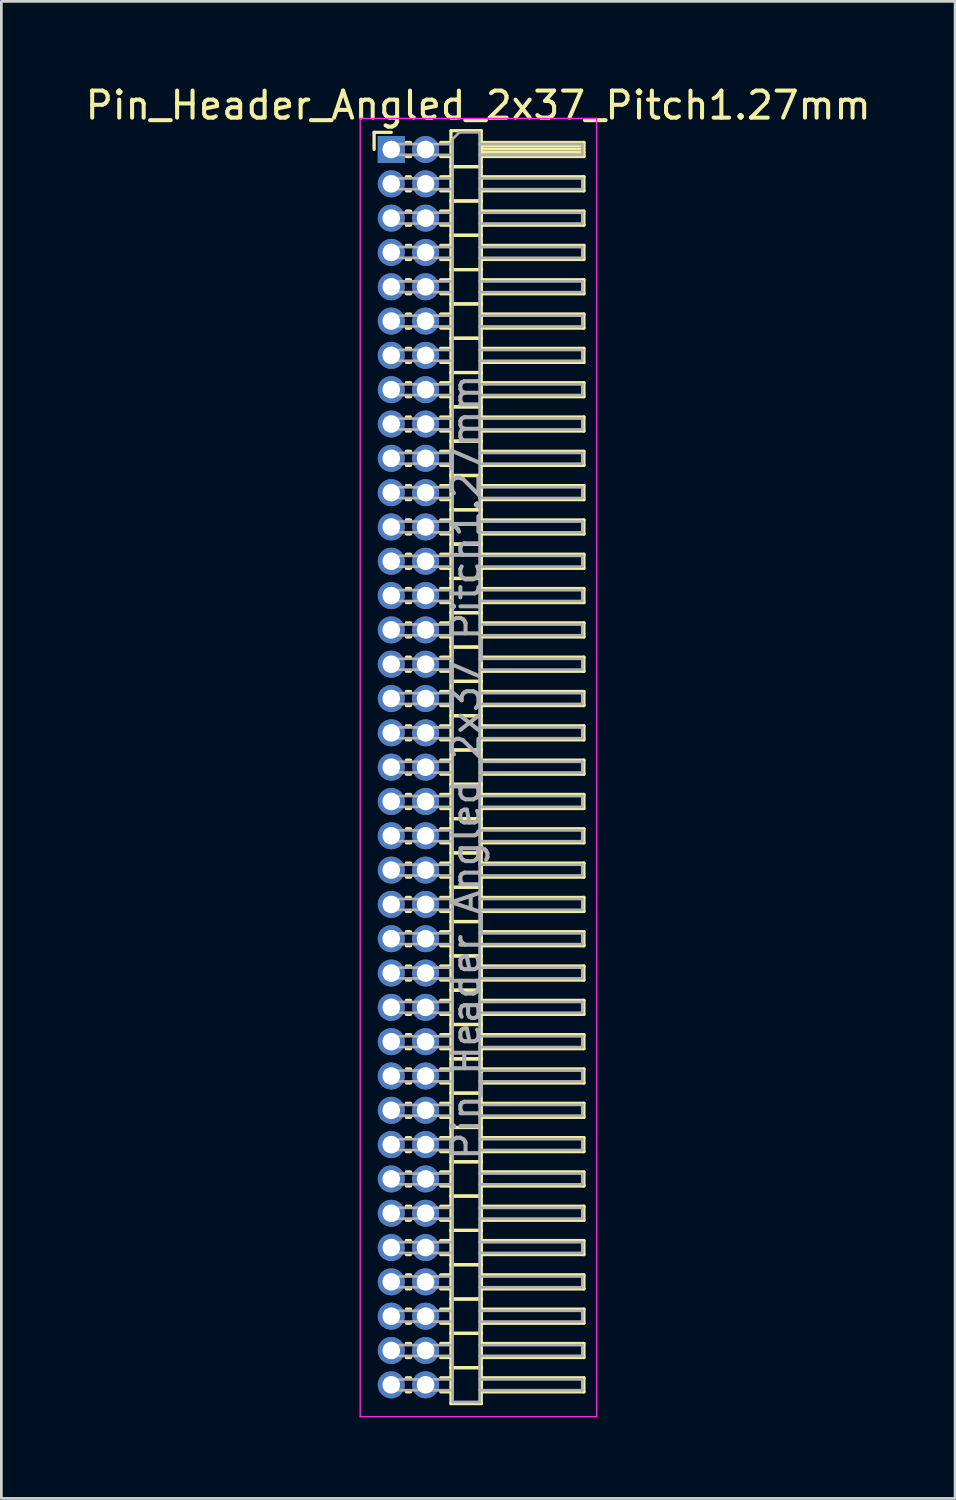
<source format=kicad_pcb>
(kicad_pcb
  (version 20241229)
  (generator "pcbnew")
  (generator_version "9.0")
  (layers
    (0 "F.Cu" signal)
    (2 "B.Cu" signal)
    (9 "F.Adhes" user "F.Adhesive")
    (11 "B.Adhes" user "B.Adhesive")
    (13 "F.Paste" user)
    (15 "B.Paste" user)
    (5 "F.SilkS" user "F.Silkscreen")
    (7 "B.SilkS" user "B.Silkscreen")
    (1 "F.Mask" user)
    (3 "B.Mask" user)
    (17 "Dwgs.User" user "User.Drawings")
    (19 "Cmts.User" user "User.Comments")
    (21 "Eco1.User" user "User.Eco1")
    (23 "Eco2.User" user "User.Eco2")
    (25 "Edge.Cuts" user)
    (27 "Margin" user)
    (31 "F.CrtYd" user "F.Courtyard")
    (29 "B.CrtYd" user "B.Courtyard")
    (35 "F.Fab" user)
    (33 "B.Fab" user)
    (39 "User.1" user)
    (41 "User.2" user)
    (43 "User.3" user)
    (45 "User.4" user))
  (footprint "Pin_Header_Angled_2x37_Pitch1.27mm"
    (layer "F.Cu")
    (at 11.431 2.483)
    (property "Reference" "Pin_Header_Angled_2x37_Pitch1.27mm" (at 3.217 -1.635 0) (layer "F.SilkS") (effects (font (size 1 1) (thickness 0.15))))
    (attr through_hole)
    (fp_line (start -0.635 -0.635) (end 0 -0.635) (stroke (width 0.12) (type solid)) (layer "F.SilkS"))
    (fp_line (start -0.635 0) (end -0.635 -0.635) (stroke (width 0.12) (type solid)) (layer "F.SilkS"))
    (fp_line (start 0.56 -0.26) (end 0.71 -0.26) (stroke (width 0.12) (type solid)) (layer "F.SilkS"))
    (fp_line (start 0.56 0.26) (end 0.71 0.26) (stroke (width 0.12) (type solid)) (layer "F.SilkS"))
    (fp_line (start 0.56 1.01) (end 0.71 1.01) (stroke (width 0.12) (type solid)) (layer "F.SilkS"))
    (fp_line (start 0.56 1.53) (end 0.71 1.53) (stroke (width 0.12) (type solid)) (layer "F.SilkS"))
    (fp_line (start 0.56 2.28) (end 0.71 2.28) (stroke (width 0.12) (type solid)) (layer "F.SilkS"))
    (fp_line (start 0.56 2.8) (end 0.71 2.8) (stroke (width 0.12) (type solid)) (layer "F.SilkS"))
    (fp_line (start 0.56 3.55) (end 0.71 3.55) (stroke (width 0.12) (type solid)) (layer "F.SilkS"))
    (fp_line (start 0.56 4.07) (end 0.71 4.07) (stroke (width 0.12) (type solid)) (layer "F.SilkS"))
    (fp_line (start 0.56 4.82) (end 0.71 4.82) (stroke (width 0.12) (type solid)) (layer "F.SilkS"))
    (fp_line (start 0.56 5.34) (end 0.71 5.34) (stroke (width 0.12) (type solid)) (layer "F.SilkS"))
    (fp_line (start 0.56 6.09) (end 0.71 6.09) (stroke (width 0.12) (type solid)) (layer "F.SilkS"))
    (fp_line (start 0.56 6.61) (end 0.71 6.61) (stroke (width 0.12) (type solid)) (layer "F.SilkS"))
    (fp_line (start 0.56 7.36) (end 0.71 7.36) (stroke (width 0.12) (type solid)) (layer "F.SilkS"))
    (fp_line (start 0.56 7.88) (end 0.71 7.88) (stroke (width 0.12) (type solid)) (layer "F.SilkS"))
    (fp_line (start 0.56 8.63) (end 0.71 8.63) (stroke (width 0.12) (type solid)) (layer "F.SilkS"))
    (fp_line (start 0.56 9.15) (end 0.71 9.15) (stroke (width 0.12) (type solid)) (layer "F.SilkS"))
    (fp_line (start 0.56 9.9) (end 0.71 9.9) (stroke (width 0.12) (type solid)) (layer "F.SilkS"))
    (fp_line (start 0.56 10.42) (end 0.71 10.42) (stroke (width 0.12) (type solid)) (layer "F.SilkS"))
    (fp_line (start 0.56 11.17) (end 0.71 11.17) (stroke (width 0.12) (type solid)) (layer "F.SilkS"))
    (fp_line (start 0.56 11.69) (end 0.71 11.69) (stroke (width 0.12) (type solid)) (layer "F.SilkS"))
    (fp_line (start 0.56 12.44) (end 0.71 12.44) (stroke (width 0.12) (type solid)) (layer "F.SilkS"))
    (fp_line (start 0.56 12.96) (end 0.71 12.96) (stroke (width 0.12) (type solid)) (layer "F.SilkS"))
    (fp_line (start 0.56 13.71) (end 0.71 13.71) (stroke (width 0.12) (type solid)) (layer "F.SilkS"))
    (fp_line (start 0.56 14.23) (end 0.71 14.23) (stroke (width 0.12) (type solid)) (layer "F.SilkS"))
    (fp_line (start 0.56 14.98) (end 0.71 14.98) (stroke (width 0.12) (type solid)) (layer "F.SilkS"))
    (fp_line (start 0.56 15.5) (end 0.71 15.5) (stroke (width 0.12) (type solid)) (layer "F.SilkS"))
    (fp_line (start 0.56 16.25) (end 0.71 16.25) (stroke (width 0.12) (type solid)) (layer "F.SilkS"))
    (fp_line (start 0.56 16.77) (end 0.71 16.77) (stroke (width 0.12) (type solid)) (layer "F.SilkS"))
    (fp_line (start 0.56 17.52) (end 0.71 17.52) (stroke (width 0.12) (type solid)) (layer "F.SilkS"))
    (fp_line (start 0.56 18.04) (end 0.71 18.04) (stroke (width 0.12) (type solid)) (layer "F.SilkS"))
    (fp_line (start 0.56 18.79) (end 0.71 18.79) (stroke (width 0.12) (type solid)) (layer "F.SilkS"))
    (fp_line (start 0.56 19.31) (end 0.71 19.31) (stroke (width 0.12) (type solid)) (layer "F.SilkS"))
    (fp_line (start 0.56 20.06) (end 0.71 20.06) (stroke (width 0.12) (type solid)) (layer "F.SilkS"))
    (fp_line (start 0.56 20.58) (end 0.71 20.58) (stroke (width 0.12) (type solid)) (layer "F.SilkS"))
    (fp_line (start 0.56 21.33) (end 0.71 21.33) (stroke (width 0.12) (type solid)) (layer "F.SilkS"))
    (fp_line (start 0.56 21.85) (end 0.71 21.85) (stroke (width 0.12) (type solid)) (layer "F.SilkS"))
    (fp_line (start 0.56 22.6) (end 0.71 22.6) (stroke (width 0.12) (type solid)) (layer "F.SilkS"))
    (fp_line (start 0.56 23.12) (end 0.71 23.12) (stroke (width 0.12) (type solid)) (layer "F.SilkS"))
    (fp_line (start 0.56 23.87) (end 0.71 23.87) (stroke (width 0.12) (type solid)) (layer "F.SilkS"))
    (fp_line (start 0.56 24.39) (end 0.71 24.39) (stroke (width 0.12) (type solid)) (layer "F.SilkS"))
    (fp_line (start 0.56 25.14) (end 0.71 25.14) (stroke (width 0.12) (type solid)) (layer "F.SilkS"))
    (fp_line (start 0.56 25.66) (end 0.71 25.66) (stroke (width 0.12) (type solid)) (layer "F.SilkS"))
    (fp_line (start 0.56 26.41) (end 0.71 26.41) (stroke (width 0.12) (type solid)) (layer "F.SilkS"))
    (fp_line (start 0.56 26.93) (end 0.71 26.93) (stroke (width 0.12) (type solid)) (layer "F.SilkS"))
    (fp_line (start 0.56 27.68) (end 0.71 27.68) (stroke (width 0.12) (type solid)) (layer "F.SilkS"))
    (fp_line (start 0.56 28.2) (end 0.71 28.2) (stroke (width 0.12) (type solid)) (layer "F.SilkS"))
    (fp_line (start 0.56 28.95) (end 0.71 28.95) (stroke (width 0.12) (type solid)) (layer "F.SilkS"))
    (fp_line (start 0.56 29.47) (end 0.71 29.47) (stroke (width 0.12) (type solid)) (layer "F.SilkS"))
    (fp_line (start 0.56 30.22) (end 0.71 30.22) (stroke (width 0.12) (type solid)) (layer "F.SilkS"))
    (fp_line (start 0.56 30.74) (end 0.71 30.74) (stroke (width 0.12) (type solid)) (layer "F.SilkS"))
    (fp_line (start 0.56 31.49) (end 0.71 31.49) (stroke (width 0.12) (type solid)) (layer "F.SilkS"))
    (fp_line (start 0.56 32.01) (end 0.71 32.01) (stroke (width 0.12) (type solid)) (layer "F.SilkS"))
    (fp_line (start 0.56 32.76) (end 0.71 32.76) (stroke (width 0.12) (type solid)) (layer "F.SilkS"))
    (fp_line (start 0.56 33.28) (end 0.71 33.28) (stroke (width 0.12) (type solid)) (layer "F.SilkS"))
    (fp_line (start 0.56 34.03) (end 0.71 34.03) (stroke (width 0.12) (type solid)) (layer "F.SilkS"))
    (fp_line (start 0.56 34.55) (end 0.71 34.55) (stroke (width 0.12) (type solid)) (layer "F.SilkS"))
    (fp_line (start 0.56 35.3) (end 0.71 35.3) (stroke (width 0.12) (type solid)) (layer "F.SilkS"))
    (fp_line (start 0.56 35.82) (end 0.71 35.82) (stroke (width 0.12) (type solid)) (layer "F.SilkS"))
    (fp_line (start 0.56 36.57) (end 0.71 36.57) (stroke (width 0.12) (type solid)) (layer "F.SilkS"))
    (fp_line (start 0.56 37.09) (end 0.71 37.09) (stroke (width 0.12) (type solid)) (layer "F.SilkS"))
    (fp_line (start 0.56 37.84) (end 0.71 37.84) (stroke (width 0.12) (type solid)) (layer "F.SilkS"))
    (fp_line (start 0.56 38.36) (end 0.71 38.36) (stroke (width 0.12) (type solid)) (layer "F.SilkS"))
    (fp_line (start 0.56 39.11) (end 0.71 39.11) (stroke (width 0.12) (type solid)) (layer "F.SilkS"))
    (fp_line (start 0.56 39.63) (end 0.71 39.63) (stroke (width 0.12) (type solid)) (layer "F.SilkS"))
    (fp_line (start 0.56 40.38) (end 0.71 40.38) (stroke (width 0.12) (type solid)) (layer "F.SilkS"))
    (fp_line (start 0.56 40.9) (end 0.71 40.9) (stroke (width 0.12) (type solid)) (layer "F.SilkS"))
    (fp_line (start 0.56 41.65) (end 0.71 41.65) (stroke (width 0.12) (type solid)) (layer "F.SilkS"))
    (fp_line (start 0.56 42.17) (end 0.71 42.17) (stroke (width 0.12) (type solid)) (layer "F.SilkS"))
    (fp_line (start 0.56 42.92) (end 0.71 42.92) (stroke (width 0.12) (type solid)) (layer "F.SilkS"))
    (fp_line (start 0.56 43.44) (end 0.71 43.44) (stroke (width 0.12) (type solid)) (layer "F.SilkS"))
    (fp_line (start 0.56 44.19) (end 0.71 44.19) (stroke (width 0.12) (type solid)) (layer "F.SilkS"))
    (fp_line (start 0.56 44.71) (end 0.71 44.71) (stroke (width 0.12) (type solid)) (layer "F.SilkS"))
    (fp_line (start 0.56 45.46) (end 0.71 45.46) (stroke (width 0.12) (type solid)) (layer "F.SilkS"))
    (fp_line (start 0.56 45.98) (end 0.71 45.98) (stroke (width 0.12) (type solid)) (layer "F.SilkS"))
    (fp_line (start 1.83 -0.26) (end 2.21 -0.26) (stroke (width 0.12) (type solid)) (layer "F.SilkS"))
    (fp_line (start 1.83 0.26) (end 2.21 0.26) (stroke (width 0.12) (type solid)) (layer "F.SilkS"))
    (fp_line (start 1.83 1.01) (end 2.21 1.01) (stroke (width 0.12) (type solid)) (layer "F.SilkS"))
    (fp_line (start 1.83 1.53) (end 2.21 1.53) (stroke (width 0.12) (type solid)) (layer "F.SilkS"))
    (fp_line (start 1.83 2.28) (end 2.21 2.28) (stroke (width 0.12) (type solid)) (layer "F.SilkS"))
    (fp_line (start 1.83 2.8) (end 2.21 2.8) (stroke (width 0.12) (type solid)) (layer "F.SilkS"))
    (fp_line (start 1.83 3.55) (end 2.21 3.55) (stroke (width 0.12) (type solid)) (layer "F.SilkS"))
    (fp_line (start 1.83 4.07) (end 2.21 4.07) (stroke (width 0.12) (type solid)) (layer "F.SilkS"))
    (fp_line (start 1.83 4.82) (end 2.21 4.82) (stroke (width 0.12) (type solid)) (layer "F.SilkS"))
    (fp_line (start 1.83 5.34) (end 2.21 5.34) (stroke (width 0.12) (type solid)) (layer "F.SilkS"))
    (fp_line (start 1.83 6.09) (end 2.21 6.09) (stroke (width 0.12) (type solid)) (layer "F.SilkS"))
    (fp_line (start 1.83 6.61) (end 2.21 6.61) (stroke (width 0.12) (type solid)) (layer "F.SilkS"))
    (fp_line (start 1.83 7.36) (end 2.21 7.36) (stroke (width 0.12) (type solid)) (layer "F.SilkS"))
    (fp_line (start 1.83 7.88) (end 2.21 7.88) (stroke (width 0.12) (type solid)) (layer "F.SilkS"))
    (fp_line (start 1.83 8.63) (end 2.21 8.63) (stroke (width 0.12) (type solid)) (layer "F.SilkS"))
    (fp_line (start 1.83 9.15) (end 2.21 9.15) (stroke (width 0.12) (type solid)) (layer "F.SilkS"))
    (fp_line (start 1.83 9.9) (end 2.21 9.9) (stroke (width 0.12) (type solid)) (layer "F.SilkS"))
    (fp_line (start 1.83 10.42) (end 2.21 10.42) (stroke (width 0.12) (type solid)) (layer "F.SilkS"))
    (fp_line (start 1.83 11.17) (end 2.21 11.17) (stroke (width 0.12) (type solid)) (layer "F.SilkS"))
    (fp_line (start 1.83 11.69) (end 2.21 11.69) (stroke (width 0.12) (type solid)) (layer "F.SilkS"))
    (fp_line (start 1.83 12.44) (end 2.21 12.44) (stroke (width 0.12) (type solid)) (layer "F.SilkS"))
    (fp_line (start 1.83 12.96) (end 2.21 12.96) (stroke (width 0.12) (type solid)) (layer "F.SilkS"))
    (fp_line (start 1.83 13.71) (end 2.21 13.71) (stroke (width 0.12) (type solid)) (layer "F.SilkS"))
    (fp_line (start 1.83 14.23) (end 2.21 14.23) (stroke (width 0.12) (type solid)) (layer "F.SilkS"))
    (fp_line (start 1.83 14.98) (end 2.21 14.98) (stroke (width 0.12) (type solid)) (layer "F.SilkS"))
    (fp_line (start 1.83 15.5) (end 2.21 15.5) (stroke (width 0.12) (type solid)) (layer "F.SilkS"))
    (fp_line (start 1.83 16.25) (end 2.21 16.25) (stroke (width 0.12) (type solid)) (layer "F.SilkS"))
    (fp_line (start 1.83 16.77) (end 2.21 16.77) (stroke (width 0.12) (type solid)) (layer "F.SilkS"))
    (fp_line (start 1.83 17.52) (end 2.21 17.52) (stroke (width 0.12) (type solid)) (layer "F.SilkS"))
    (fp_line (start 1.83 18.04) (end 2.21 18.04) (stroke (width 0.12) (type solid)) (layer "F.SilkS"))
    (fp_line (start 1.83 18.79) (end 2.21 18.79) (stroke (width 0.12) (type solid)) (layer "F.SilkS"))
    (fp_line (start 1.83 19.31) (end 2.21 19.31) (stroke (width 0.12) (type solid)) (layer "F.SilkS"))
    (fp_line (start 1.83 20.06) (end 2.21 20.06) (stroke (width 0.12) (type solid)) (layer "F.SilkS"))
    (fp_line (start 1.83 20.58) (end 2.21 20.58) (stroke (width 0.12) (type solid)) (layer "F.SilkS"))
    (fp_line (start 1.83 21.33) (end 2.21 21.33) (stroke (width 0.12) (type solid)) (layer "F.SilkS"))
    (fp_line (start 1.83 21.85) (end 2.21 21.85) (stroke (width 0.12) (type solid)) (layer "F.SilkS"))
    (fp_line (start 1.83 22.6) (end 2.21 22.6) (stroke (width 0.12) (type solid)) (layer "F.SilkS"))
    (fp_line (start 1.83 23.12) (end 2.21 23.12) (stroke (width 0.12) (type solid)) (layer "F.SilkS"))
    (fp_line (start 1.83 23.87) (end 2.21 23.87) (stroke (width 0.12) (type solid)) (layer "F.SilkS"))
    (fp_line (start 1.83 24.39) (end 2.21 24.39) (stroke (width 0.12) (type solid)) (layer "F.SilkS"))
    (fp_line (start 1.83 25.14) (end 2.21 25.14) (stroke (width 0.12) (type solid)) (layer "F.SilkS"))
    (fp_line (start 1.83 25.66) (end 2.21 25.66) (stroke (width 0.12) (type solid)) (layer "F.SilkS"))
    (fp_line (start 1.83 26.41) (end 2.21 26.41) (stroke (width 0.12) (type solid)) (layer "F.SilkS"))
    (fp_line (start 1.83 26.93) (end 2.21 26.93) (stroke (width 0.12) (type solid)) (layer "F.SilkS"))
    (fp_line (start 1.83 27.68) (end 2.21 27.68) (stroke (width 0.12) (type solid)) (layer "F.SilkS"))
    (fp_line (start 1.83 28.2) (end 2.21 28.2) (stroke (width 0.12) (type solid)) (layer "F.SilkS"))
    (fp_line (start 1.83 28.95) (end 2.21 28.95) (stroke (width 0.12) (type solid)) (layer "F.SilkS"))
    (fp_line (start 1.83 29.47) (end 2.21 29.47) (stroke (width 0.12) (type solid)) (layer "F.SilkS"))
    (fp_line (start 1.83 30.22) (end 2.21 30.22) (stroke (width 0.12) (type solid)) (layer "F.SilkS"))
    (fp_line (start 1.83 30.74) (end 2.21 30.74) (stroke (width 0.12) (type solid)) (layer "F.SilkS"))
    (fp_line (start 1.83 31.49) (end 2.21 31.49) (stroke (width 0.12) (type solid)) (layer "F.SilkS"))
    (fp_line (start 1.83 32.01) (end 2.21 32.01) (stroke (width 0.12) (type solid)) (layer "F.SilkS"))
    (fp_line (start 1.83 32.76) (end 2.21 32.76) (stroke (width 0.12) (type solid)) (layer "F.SilkS"))
    (fp_line (start 1.83 33.28) (end 2.21 33.28) (stroke (width 0.12) (type solid)) (layer "F.SilkS"))
    (fp_line (start 1.83 34.03) (end 2.21 34.03) (stroke (width 0.12) (type solid)) (layer "F.SilkS"))
    (fp_line (start 1.83 34.55) (end 2.21 34.55) (stroke (width 0.12) (type solid)) (layer "F.SilkS"))
    (fp_line (start 1.83 35.3) (end 2.21 35.3) (stroke (width 0.12) (type solid)) (layer "F.SilkS"))
    (fp_line (start 1.83 35.82) (end 2.21 35.82) (stroke (width 0.12) (type solid)) (layer "F.SilkS"))
    (fp_line (start 1.83 36.57) (end 2.21 36.57) (stroke (width 0.12) (type solid)) (layer "F.SilkS"))
    (fp_line (start 1.83 37.09) (end 2.21 37.09) (stroke (width 0.12) (type solid)) (layer "F.SilkS"))
    (fp_line (start 1.83 37.84) (end 2.21 37.84) (stroke (width 0.12) (type solid)) (layer "F.SilkS"))
    (fp_line (start 1.83 38.36) (end 2.21 38.36) (stroke (width 0.12) (type solid)) (layer "F.SilkS"))
    (fp_line (start 1.83 39.11) (end 2.21 39.11) (stroke (width 0.12) (type solid)) (layer "F.SilkS"))
    (fp_line (start 1.83 39.63) (end 2.21 39.63) (stroke (width 0.12) (type solid)) (layer "F.SilkS"))
    (fp_line (start 1.83 40.38) (end 2.21 40.38) (stroke (width 0.12) (type solid)) (layer "F.SilkS"))
    (fp_line (start 1.83 40.9) (end 2.21 40.9) (stroke (width 0.12) (type solid)) (layer "F.SilkS"))
    (fp_line (start 1.83 41.65) (end 2.21 41.65) (stroke (width 0.12) (type solid)) (layer "F.SilkS"))
    (fp_line (start 1.83 42.17) (end 2.21 42.17) (stroke (width 0.12) (type solid)) (layer "F.SilkS"))
    (fp_line (start 1.83 42.92) (end 2.21 42.92) (stroke (width 0.12) (type solid)) (layer "F.SilkS"))
    (fp_line (start 1.83 43.44) (end 2.21 43.44) (stroke (width 0.12) (type solid)) (layer "F.SilkS"))
    (fp_line (start 1.83 44.19) (end 2.21 44.19) (stroke (width 0.12) (type solid)) (layer "F.SilkS"))
    (fp_line (start 1.83 44.71) (end 2.21 44.71) (stroke (width 0.12) (type solid)) (layer "F.SilkS"))
    (fp_line (start 1.83 45.46) (end 2.21 45.46) (stroke (width 0.12) (type solid)) (layer "F.SilkS"))
    (fp_line (start 1.83 45.98) (end 2.21 45.98) (stroke (width 0.12) (type solid)) (layer "F.SilkS"))
    (fp_line (start 2.21 -0.695) (end 2.21 0.635) (stroke (width 0.12) (type solid)) (layer "F.SilkS"))
    (fp_line (start 2.21 0.635) (end 2.21 1.905) (stroke (width 0.12) (type solid)) (layer "F.SilkS"))
    (fp_line (start 2.21 0.635) (end 3.33 0.635) (stroke (width 0.12) (type solid)) (layer "F.SilkS"))
    (fp_line (start 2.21 1.905) (end 2.21 3.175) (stroke (width 0.12) (type solid)) (layer "F.SilkS"))
    (fp_line (start 2.21 1.905) (end 3.33 1.905) (stroke (width 0.12) (type solid)) (layer "F.SilkS"))
    (fp_line (start 2.21 3.175) (end 2.21 4.445) (stroke (width 0.12) (type solid)) (layer "F.SilkS"))
    (fp_line (start 2.21 3.175) (end 3.33 3.175) (stroke (width 0.12) (type solid)) (layer "F.SilkS"))
    (fp_line (start 2.21 4.445) (end 2.21 5.715) (stroke (width 0.12) (type solid)) (layer "F.SilkS"))
    (fp_line (start 2.21 4.445) (end 3.33 4.445) (stroke (width 0.12) (type solid)) (layer "F.SilkS"))
    (fp_line (start 2.21 5.715) (end 2.21 6.985) (stroke (width 0.12) (type solid)) (layer "F.SilkS"))
    (fp_line (start 2.21 5.715) (end 3.33 5.715) (stroke (width 0.12) (type solid)) (layer "F.SilkS"))
    (fp_line (start 2.21 6.985) (end 2.21 8.255) (stroke (width 0.12) (type solid)) (layer "F.SilkS"))
    (fp_line (start 2.21 6.985) (end 3.33 6.985) (stroke (width 0.12) (type solid)) (layer "F.SilkS"))
    (fp_line (start 2.21 8.255) (end 2.21 9.525) (stroke (width 0.12) (type solid)) (layer "F.SilkS"))
    (fp_line (start 2.21 8.255) (end 3.33 8.255) (stroke (width 0.12) (type solid)) (layer "F.SilkS"))
    (fp_line (start 2.21 9.525) (end 2.21 10.795) (stroke (width 0.12) (type solid)) (layer "F.SilkS"))
    (fp_line (start 2.21 9.525) (end 3.33 9.525) (stroke (width 0.12) (type solid)) (layer "F.SilkS"))
    (fp_line (start 2.21 10.795) (end 2.21 12.065) (stroke (width 0.12) (type solid)) (layer "F.SilkS"))
    (fp_line (start 2.21 10.795) (end 3.33 10.795) (stroke (width 0.12) (type solid)) (layer "F.SilkS"))
    (fp_line (start 2.21 12.065) (end 2.21 13.335) (stroke (width 0.12) (type solid)) (layer "F.SilkS"))
    (fp_line (start 2.21 12.065) (end 3.33 12.065) (stroke (width 0.12) (type solid)) (layer "F.SilkS"))
    (fp_line (start 2.21 13.335) (end 2.21 14.605) (stroke (width 0.12) (type solid)) (layer "F.SilkS"))
    (fp_line (start 2.21 13.335) (end 3.33 13.335) (stroke (width 0.12) (type solid)) (layer "F.SilkS"))
    (fp_line (start 2.21 14.605) (end 2.21 15.875) (stroke (width 0.12) (type solid)) (layer "F.SilkS"))
    (fp_line (start 2.21 14.605) (end 3.33 14.605) (stroke (width 0.12) (type solid)) (layer "F.SilkS"))
    (fp_line (start 2.21 15.875) (end 2.21 17.145) (stroke (width 0.12) (type solid)) (layer "F.SilkS"))
    (fp_line (start 2.21 15.875) (end 3.33 15.875) (stroke (width 0.12) (type solid)) (layer "F.SilkS"))
    (fp_line (start 2.21 17.145) (end 2.21 18.415) (stroke (width 0.12) (type solid)) (layer "F.SilkS"))
    (fp_line (start 2.21 17.145) (end 3.33 17.145) (stroke (width 0.12) (type solid)) (layer "F.SilkS"))
    (fp_line (start 2.21 18.415) (end 2.21 19.685) (stroke (width 0.12) (type solid)) (layer "F.SilkS"))
    (fp_line (start 2.21 18.415) (end 3.33 18.415) (stroke (width 0.12) (type solid)) (layer "F.SilkS"))
    (fp_line (start 2.21 19.685) (end 2.21 20.955) (stroke (width 0.12) (type solid)) (layer "F.SilkS"))
    (fp_line (start 2.21 19.685) (end 3.33 19.685) (stroke (width 0.12) (type solid)) (layer "F.SilkS"))
    (fp_line (start 2.21 20.955) (end 2.21 22.225) (stroke (width 0.12) (type solid)) (layer "F.SilkS"))
    (fp_line (start 2.21 20.955) (end 3.33 20.955) (stroke (width 0.12) (type solid)) (layer "F.SilkS"))
    (fp_line (start 2.21 22.225) (end 2.21 23.495) (stroke (width 0.12) (type solid)) (layer "F.SilkS"))
    (fp_line (start 2.21 22.225) (end 3.33 22.225) (stroke (width 0.12) (type solid)) (layer "F.SilkS"))
    (fp_line (start 2.21 23.495) (end 2.21 24.765) (stroke (width 0.12) (type solid)) (layer "F.SilkS"))
    (fp_line (start 2.21 23.495) (end 3.33 23.495) (stroke (width 0.12) (type solid)) (layer "F.SilkS"))
    (fp_line (start 2.21 24.765) (end 2.21 26.035) (stroke (width 0.12) (type solid)) (layer "F.SilkS"))
    (fp_line (start 2.21 24.765) (end 3.33 24.765) (stroke (width 0.12) (type solid)) (layer "F.SilkS"))
    (fp_line (start 2.21 26.035) (end 2.21 27.305) (stroke (width 0.12) (type solid)) (layer "F.SilkS"))
    (fp_line (start 2.21 26.035) (end 3.33 26.035) (stroke (width 0.12) (type solid)) (layer "F.SilkS"))
    (fp_line (start 2.21 27.305) (end 2.21 28.575) (stroke (width 0.12) (type solid)) (layer "F.SilkS"))
    (fp_line (start 2.21 27.305) (end 3.33 27.305) (stroke (width 0.12) (type solid)) (layer "F.SilkS"))
    (fp_line (start 2.21 28.575) (end 2.21 29.845) (stroke (width 0.12) (type solid)) (layer "F.SilkS"))
    (fp_line (start 2.21 28.575) (end 3.33 28.575) (stroke (width 0.12) (type solid)) (layer "F.SilkS"))
    (fp_line (start 2.21 29.845) (end 2.21 31.115) (stroke (width 0.12) (type solid)) (layer "F.SilkS"))
    (fp_line (start 2.21 29.845) (end 3.33 29.845) (stroke (width 0.12) (type solid)) (layer "F.SilkS"))
    (fp_line (start 2.21 31.115) (end 2.21 32.385) (stroke (width 0.12) (type solid)) (layer "F.SilkS"))
    (fp_line (start 2.21 31.115) (end 3.33 31.115) (stroke (width 0.12) (type solid)) (layer "F.SilkS"))
    (fp_line (start 2.21 32.385) (end 2.21 33.655) (stroke (width 0.12) (type solid)) (layer "F.SilkS"))
    (fp_line (start 2.21 32.385) (end 3.33 32.385) (stroke (width 0.12) (type solid)) (layer "F.SilkS"))
    (fp_line (start 2.21 33.655) (end 2.21 34.925) (stroke (width 0.12) (type solid)) (layer "F.SilkS"))
    (fp_line (start 2.21 33.655) (end 3.33 33.655) (stroke (width 0.12) (type solid)) (layer "F.SilkS"))
    (fp_line (start 2.21 34.925) (end 2.21 36.195) (stroke (width 0.12) (type solid)) (layer "F.SilkS"))
    (fp_line (start 2.21 34.925) (end 3.33 34.925) (stroke (width 0.12) (type solid)) (layer "F.SilkS"))
    (fp_line (start 2.21 36.195) (end 2.21 37.465) (stroke (width 0.12) (type solid)) (layer "F.SilkS"))
    (fp_line (start 2.21 36.195) (end 3.33 36.195) (stroke (width 0.12) (type solid)) (layer "F.SilkS"))
    (fp_line (start 2.21 37.465) (end 2.21 38.735) (stroke (width 0.12) (type solid)) (layer "F.SilkS"))
    (fp_line (start 2.21 37.465) (end 3.33 37.465) (stroke (width 0.12) (type solid)) (layer "F.SilkS"))
    (fp_line (start 2.21 38.735) (end 2.21 40.005) (stroke (width 0.12) (type solid)) (layer "F.SilkS"))
    (fp_line (start 2.21 38.735) (end 3.33 38.735) (stroke (width 0.12) (type solid)) (layer "F.SilkS"))
    (fp_line (start 2.21 40.005) (end 2.21 41.275) (stroke (width 0.12) (type solid)) (layer "F.SilkS"))
    (fp_line (start 2.21 40.005) (end 3.33 40.005) (stroke (width 0.12) (type solid)) (layer "F.SilkS"))
    (fp_line (start 2.21 41.275) (end 2.21 42.545) (stroke (width 0.12) (type solid)) (layer "F.SilkS"))
    (fp_line (start 2.21 41.275) (end 3.33 41.275) (stroke (width 0.12) (type solid)) (layer "F.SilkS"))
    (fp_line (start 2.21 42.545) (end 2.21 43.815) (stroke (width 0.12) (type solid)) (layer "F.SilkS"))
    (fp_line (start 2.21 42.545) (end 3.33 42.545) (stroke (width 0.12) (type solid)) (layer "F.SilkS"))
    (fp_line (start 2.21 43.815) (end 2.21 45.085) (stroke (width 0.12) (type solid)) (layer "F.SilkS"))
    (fp_line (start 2.21 43.815) (end 3.33 43.815) (stroke (width 0.12) (type solid)) (layer "F.SilkS"))
    (fp_line (start 2.21 45.085) (end 2.21 46.415) (stroke (width 0.12) (type solid)) (layer "F.SilkS"))
    (fp_line (start 2.21 45.085) (end 3.33 45.085) (stroke (width 0.12) (type solid)) (layer "F.SilkS"))
    (fp_line (start 2.21 46.415) (end 3.33 46.415) (stroke (width 0.12) (type solid)) (layer "F.SilkS"))
    (fp_line (start 3.33 -0.695) (end 2.21 -0.695) (stroke (width 0.12) (type solid)) (layer "F.SilkS"))
    (fp_line (start 3.33 -0.26) (end 3.33 0.26) (stroke (width 0.12) (type solid)) (layer "F.SilkS"))
    (fp_line (start 3.33 -0.14) (end 7.13 -0.14) (stroke (width 0.12) (type solid)) (layer "F.SilkS"))
    (fp_line (start 3.33 -0.02) (end 7.13 -0.02) (stroke (width 0.12) (type solid)) (layer "F.SilkS"))
    (fp_line (start 3.33 0.1) (end 7.13 0.1) (stroke (width 0.12) (type solid)) (layer "F.SilkS"))
    (fp_line (start 3.33 0.22) (end 7.13 0.22) (stroke (width 0.12) (type solid)) (layer "F.SilkS"))
    (fp_line (start 3.33 0.26) (end 7.13 0.26) (stroke (width 0.12) (type solid)) (layer "F.SilkS"))
    (fp_line (start 3.33 0.635) (end 2.21 0.635) (stroke (width 0.12) (type solid)) (layer "F.SilkS"))
    (fp_line (start 3.33 0.635) (end 3.33 -0.695) (stroke (width 0.12) (type solid)) (layer "F.SilkS"))
    (fp_line (start 3.33 1.01) (end 3.33 1.53) (stroke (width 0.12) (type solid)) (layer "F.SilkS"))
    (fp_line (start 3.33 1.53) (end 7.13 1.53) (stroke (width 0.12) (type solid)) (layer "F.SilkS"))
    (fp_line (start 3.33 1.905) (end 2.21 1.905) (stroke (width 0.12) (type solid)) (layer "F.SilkS"))
    (fp_line (start 3.33 1.905) (end 3.33 0.635) (stroke (width 0.12) (type solid)) (layer "F.SilkS"))
    (fp_line (start 3.33 2.28) (end 3.33 2.8) (stroke (width 0.12) (type solid)) (layer "F.SilkS"))
    (fp_line (start 3.33 2.8) (end 7.13 2.8) (stroke (width 0.12) (type solid)) (layer "F.SilkS"))
    (fp_line (start 3.33 3.175) (end 2.21 3.175) (stroke (width 0.12) (type solid)) (layer "F.SilkS"))
    (fp_line (start 3.33 3.175) (end 3.33 1.905) (stroke (width 0.12) (type solid)) (layer "F.SilkS"))
    (fp_line (start 3.33 3.55) (end 3.33 4.07) (stroke (width 0.12) (type solid)) (layer "F.SilkS"))
    (fp_line (start 3.33 4.07) (end 7.13 4.07) (stroke (width 0.12) (type solid)) (layer "F.SilkS"))
    (fp_line (start 3.33 4.445) (end 2.21 4.445) (stroke (width 0.12) (type solid)) (layer "F.SilkS"))
    (fp_line (start 3.33 4.445) (end 3.33 3.175) (stroke (width 0.12) (type solid)) (layer "F.SilkS"))
    (fp_line (start 3.33 4.82) (end 3.33 5.34) (stroke (width 0.12) (type solid)) (layer "F.SilkS"))
    (fp_line (start 3.33 5.34) (end 7.13 5.34) (stroke (width 0.12) (type solid)) (layer "F.SilkS"))
    (fp_line (start 3.33 5.715) (end 2.21 5.715) (stroke (width 0.12) (type solid)) (layer "F.SilkS"))
    (fp_line (start 3.33 5.715) (end 3.33 4.445) (stroke (width 0.12) (type solid)) (layer "F.SilkS"))
    (fp_line (start 3.33 6.09) (end 3.33 6.61) (stroke (width 0.12) (type solid)) (layer "F.SilkS"))
    (fp_line (start 3.33 6.61) (end 7.13 6.61) (stroke (width 0.12) (type solid)) (layer "F.SilkS"))
    (fp_line (start 3.33 6.985) (end 2.21 6.985) (stroke (width 0.12) (type solid)) (layer "F.SilkS"))
    (fp_line (start 3.33 6.985) (end 3.33 5.715) (stroke (width 0.12) (type solid)) (layer "F.SilkS"))
    (fp_line (start 3.33 7.36) (end 3.33 7.88) (stroke (width 0.12) (type solid)) (layer "F.SilkS"))
    (fp_line (start 3.33 7.88) (end 7.13 7.88) (stroke (width 0.12) (type solid)) (layer "F.SilkS"))
    (fp_line (start 3.33 8.255) (end 2.21 8.255) (stroke (width 0.12) (type solid)) (layer "F.SilkS"))
    (fp_line (start 3.33 8.255) (end 3.33 6.985) (stroke (width 0.12) (type solid)) (layer "F.SilkS"))
    (fp_line (start 3.33 8.63) (end 3.33 9.15) (stroke (width 0.12) (type solid)) (layer "F.SilkS"))
    (fp_line (start 3.33 9.15) (end 7.13 9.15) (stroke (width 0.12) (type solid)) (layer "F.SilkS"))
    (fp_line (start 3.33 9.525) (end 2.21 9.525) (stroke (width 0.12) (type solid)) (layer "F.SilkS"))
    (fp_line (start 3.33 9.525) (end 3.33 8.255) (stroke (width 0.12) (type solid)) (layer "F.SilkS"))
    (fp_line (start 3.33 9.9) (end 3.33 10.42) (stroke (width 0.12) (type solid)) (layer "F.SilkS"))
    (fp_line (start 3.33 10.42) (end 7.13 10.42) (stroke (width 0.12) (type solid)) (layer "F.SilkS"))
    (fp_line (start 3.33 10.795) (end 2.21 10.795) (stroke (width 0.12) (type solid)) (layer "F.SilkS"))
    (fp_line (start 3.33 10.795) (end 3.33 9.525) (stroke (width 0.12) (type solid)) (layer "F.SilkS"))
    (fp_line (start 3.33 11.17) (end 3.33 11.69) (stroke (width 0.12) (type solid)) (layer "F.SilkS"))
    (fp_line (start 3.33 11.69) (end 7.13 11.69) (stroke (width 0.12) (type solid)) (layer "F.SilkS"))
    (fp_line (start 3.33 12.065) (end 2.21 12.065) (stroke (width 0.12) (type solid)) (layer "F.SilkS"))
    (fp_line (start 3.33 12.065) (end 3.33 10.795) (stroke (width 0.12) (type solid)) (layer "F.SilkS"))
    (fp_line (start 3.33 12.44) (end 3.33 12.96) (stroke (width 0.12) (type solid)) (layer "F.SilkS"))
    (fp_line (start 3.33 12.96) (end 7.13 12.96) (stroke (width 0.12) (type solid)) (layer "F.SilkS"))
    (fp_line (start 3.33 13.335) (end 2.21 13.335) (stroke (width 0.12) (type solid)) (layer "F.SilkS"))
    (fp_line (start 3.33 13.335) (end 3.33 12.065) (stroke (width 0.12) (type solid)) (layer "F.SilkS"))
    (fp_line (start 3.33 13.71) (end 3.33 14.23) (stroke (width 0.12) (type solid)) (layer "F.SilkS"))
    (fp_line (start 3.33 14.23) (end 7.13 14.23) (stroke (width 0.12) (type solid)) (layer "F.SilkS"))
    (fp_line (start 3.33 14.605) (end 2.21 14.605) (stroke (width 0.12) (type solid)) (layer "F.SilkS"))
    (fp_line (start 3.33 14.605) (end 3.33 13.335) (stroke (width 0.12) (type solid)) (layer "F.SilkS"))
    (fp_line (start 3.33 14.98) (end 3.33 15.5) (stroke (width 0.12) (type solid)) (layer "F.SilkS"))
    (fp_line (start 3.33 15.5) (end 7.13 15.5) (stroke (width 0.12) (type solid)) (layer "F.SilkS"))
    (fp_line (start 3.33 15.875) (end 2.21 15.875) (stroke (width 0.12) (type solid)) (layer "F.SilkS"))
    (fp_line (start 3.33 15.875) (end 3.33 14.605) (stroke (width 0.12) (type solid)) (layer "F.SilkS"))
    (fp_line (start 3.33 16.25) (end 3.33 16.77) (stroke (width 0.12) (type solid)) (layer "F.SilkS"))
    (fp_line (start 3.33 16.77) (end 7.13 16.77) (stroke (width 0.12) (type solid)) (layer "F.SilkS"))
    (fp_line (start 3.33 17.145) (end 2.21 17.145) (stroke (width 0.12) (type solid)) (layer "F.SilkS"))
    (fp_line (start 3.33 17.145) (end 3.33 15.875) (stroke (width 0.12) (type solid)) (layer "F.SilkS"))
    (fp_line (start 3.33 17.52) (end 3.33 18.04) (stroke (width 0.12) (type solid)) (layer "F.SilkS"))
    (fp_line (start 3.33 18.04) (end 7.13 18.04) (stroke (width 0.12) (type solid)) (layer "F.SilkS"))
    (fp_line (start 3.33 18.415) (end 2.21 18.415) (stroke (width 0.12) (type solid)) (layer "F.SilkS"))
    (fp_line (start 3.33 18.415) (end 3.33 17.145) (stroke (width 0.12) (type solid)) (layer "F.SilkS"))
    (fp_line (start 3.33 18.79) (end 3.33 19.31) (stroke (width 0.12) (type solid)) (layer "F.SilkS"))
    (fp_line (start 3.33 19.31) (end 7.13 19.31) (stroke (width 0.12) (type solid)) (layer "F.SilkS"))
    (fp_line (start 3.33 19.685) (end 2.21 19.685) (stroke (width 0.12) (type solid)) (layer "F.SilkS"))
    (fp_line (start 3.33 19.685) (end 3.33 18.415) (stroke (width 0.12) (type solid)) (layer "F.SilkS"))
    (fp_line (start 3.33 20.06) (end 3.33 20.58) (stroke (width 0.12) (type solid)) (layer "F.SilkS"))
    (fp_line (start 3.33 20.58) (end 7.13 20.58) (stroke (width 0.12) (type solid)) (layer "F.SilkS"))
    (fp_line (start 3.33 20.955) (end 2.21 20.955) (stroke (width 0.12) (type solid)) (layer "F.SilkS"))
    (fp_line (start 3.33 20.955) (end 3.33 19.685) (stroke (width 0.12) (type solid)) (layer "F.SilkS"))
    (fp_line (start 3.33 21.33) (end 3.33 21.85) (stroke (width 0.12) (type solid)) (layer "F.SilkS"))
    (fp_line (start 3.33 21.85) (end 7.13 21.85) (stroke (width 0.12) (type solid)) (layer "F.SilkS"))
    (fp_line (start 3.33 22.225) (end 2.21 22.225) (stroke (width 0.12) (type solid)) (layer "F.SilkS"))
    (fp_line (start 3.33 22.225) (end 3.33 20.955) (stroke (width 0.12) (type solid)) (layer "F.SilkS"))
    (fp_line (start 3.33 22.6) (end 3.33 23.12) (stroke (width 0.12) (type solid)) (layer "F.SilkS"))
    (fp_line (start 3.33 23.12) (end 7.13 23.12) (stroke (width 0.12) (type solid)) (layer "F.SilkS"))
    (fp_line (start 3.33 23.495) (end 2.21 23.495) (stroke (width 0.12) (type solid)) (layer "F.SilkS"))
    (fp_line (start 3.33 23.495) (end 3.33 22.225) (stroke (width 0.12) (type solid)) (layer "F.SilkS"))
    (fp_line (start 3.33 23.87) (end 3.33 24.39) (stroke (width 0.12) (type solid)) (layer "F.SilkS"))
    (fp_line (start 3.33 24.39) (end 7.13 24.39) (stroke (width 0.12) (type solid)) (layer "F.SilkS"))
    (fp_line (start 3.33 24.765) (end 2.21 24.765) (stroke (width 0.12) (type solid)) (layer "F.SilkS"))
    (fp_line (start 3.33 24.765) (end 3.33 23.495) (stroke (width 0.12) (type solid)) (layer "F.SilkS"))
    (fp_line (start 3.33 25.14) (end 3.33 25.66) (stroke (width 0.12) (type solid)) (layer "F.SilkS"))
    (fp_line (start 3.33 25.66) (end 7.13 25.66) (stroke (width 0.12) (type solid)) (layer "F.SilkS"))
    (fp_line (start 3.33 26.035) (end 2.21 26.035) (stroke (width 0.12) (type solid)) (layer "F.SilkS"))
    (fp_line (start 3.33 26.035) (end 3.33 24.765) (stroke (width 0.12) (type solid)) (layer "F.SilkS"))
    (fp_line (start 3.33 26.41) (end 3.33 26.93) (stroke (width 0.12) (type solid)) (layer "F.SilkS"))
    (fp_line (start 3.33 26.93) (end 7.13 26.93) (stroke (width 0.12) (type solid)) (layer "F.SilkS"))
    (fp_line (start 3.33 27.305) (end 2.21 27.305) (stroke (width 0.12) (type solid)) (layer "F.SilkS"))
    (fp_line (start 3.33 27.305) (end 3.33 26.035) (stroke (width 0.12) (type solid)) (layer "F.SilkS"))
    (fp_line (start 3.33 27.68) (end 3.33 28.2) (stroke (width 0.12) (type solid)) (layer "F.SilkS"))
    (fp_line (start 3.33 28.2) (end 7.13 28.2) (stroke (width 0.12) (type solid)) (layer "F.SilkS"))
    (fp_line (start 3.33 28.575) (end 2.21 28.575) (stroke (width 0.12) (type solid)) (layer "F.SilkS"))
    (fp_line (start 3.33 28.575) (end 3.33 27.305) (stroke (width 0.12) (type solid)) (layer "F.SilkS"))
    (fp_line (start 3.33 28.95) (end 3.33 29.47) (stroke (width 0.12) (type solid)) (layer "F.SilkS"))
    (fp_line (start 3.33 29.47) (end 7.13 29.47) (stroke (width 0.12) (type solid)) (layer "F.SilkS"))
    (fp_line (start 3.33 29.845) (end 2.21 29.845) (stroke (width 0.12) (type solid)) (layer "F.SilkS"))
    (fp_line (start 3.33 29.845) (end 3.33 28.575) (stroke (width 0.12) (type solid)) (layer "F.SilkS"))
    (fp_line (start 3.33 30.22) (end 3.33 30.74) (stroke (width 0.12) (type solid)) (layer "F.SilkS"))
    (fp_line (start 3.33 30.74) (end 7.13 30.74) (stroke (width 0.12) (type solid)) (layer "F.SilkS"))
    (fp_line (start 3.33 31.115) (end 2.21 31.115) (stroke (width 0.12) (type solid)) (layer "F.SilkS"))
    (fp_line (start 3.33 31.115) (end 3.33 29.845) (stroke (width 0.12) (type solid)) (layer "F.SilkS"))
    (fp_line (start 3.33 31.49) (end 3.33 32.01) (stroke (width 0.12) (type solid)) (layer "F.SilkS"))
    (fp_line (start 3.33 32.01) (end 7.13 32.01) (stroke (width 0.12) (type solid)) (layer "F.SilkS"))
    (fp_line (start 3.33 32.385) (end 2.21 32.385) (stroke (width 0.12) (type solid)) (layer "F.SilkS"))
    (fp_line (start 3.33 32.385) (end 3.33 31.115) (stroke (width 0.12) (type solid)) (layer "F.SilkS"))
    (fp_line (start 3.33 32.76) (end 3.33 33.28) (stroke (width 0.12) (type solid)) (layer "F.SilkS"))
    (fp_line (start 3.33 33.28) (end 7.13 33.28) (stroke (width 0.12) (type solid)) (layer "F.SilkS"))
    (fp_line (start 3.33 33.655) (end 2.21 33.655) (stroke (width 0.12) (type solid)) (layer "F.SilkS"))
    (fp_line (start 3.33 33.655) (end 3.33 32.385) (stroke (width 0.12) (type solid)) (layer "F.SilkS"))
    (fp_line (start 3.33 34.03) (end 3.33 34.55) (stroke (width 0.12) (type solid)) (layer "F.SilkS"))
    (fp_line (start 3.33 34.55) (end 7.13 34.55) (stroke (width 0.12) (type solid)) (layer "F.SilkS"))
    (fp_line (start 3.33 34.925) (end 2.21 34.925) (stroke (width 0.12) (type solid)) (layer "F.SilkS"))
    (fp_line (start 3.33 34.925) (end 3.33 33.655) (stroke (width 0.12) (type solid)) (layer "F.SilkS"))
    (fp_line (start 3.33 35.3) (end 3.33 35.82) (stroke (width 0.12) (type solid)) (layer "F.SilkS"))
    (fp_line (start 3.33 35.82) (end 7.13 35.82) (stroke (width 0.12) (type solid)) (layer "F.SilkS"))
    (fp_line (start 3.33 36.195) (end 2.21 36.195) (stroke (width 0.12) (type solid)) (layer "F.SilkS"))
    (fp_line (start 3.33 36.195) (end 3.33 34.925) (stroke (width 0.12) (type solid)) (layer "F.SilkS"))
    (fp_line (start 3.33 36.57) (end 3.33 37.09) (stroke (width 0.12) (type solid)) (layer "F.SilkS"))
    (fp_line (start 3.33 37.09) (end 7.13 37.09) (stroke (width 0.12) (type solid)) (layer "F.SilkS"))
    (fp_line (start 3.33 37.465) (end 2.21 37.465) (stroke (width 0.12) (type solid)) (layer "F.SilkS"))
    (fp_line (start 3.33 37.465) (end 3.33 36.195) (stroke (width 0.12) (type solid)) (layer "F.SilkS"))
    (fp_line (start 3.33 37.84) (end 3.33 38.36) (stroke (width 0.12) (type solid)) (layer "F.SilkS"))
    (fp_line (start 3.33 38.36) (end 7.13 38.36) (stroke (width 0.12) (type solid)) (layer "F.SilkS"))
    (fp_line (start 3.33 38.735) (end 2.21 38.735) (stroke (width 0.12) (type solid)) (layer "F.SilkS"))
    (fp_line (start 3.33 38.735) (end 3.33 37.465) (stroke (width 0.12) (type solid)) (layer "F.SilkS"))
    (fp_line (start 3.33 39.11) (end 3.33 39.63) (stroke (width 0.12) (type solid)) (layer "F.SilkS"))
    (fp_line (start 3.33 39.63) (end 7.13 39.63) (stroke (width 0.12) (type solid)) (layer "F.SilkS"))
    (fp_line (start 3.33 40.005) (end 2.21 40.005) (stroke (width 0.12) (type solid)) (layer "F.SilkS"))
    (fp_line (start 3.33 40.005) (end 3.33 38.735) (stroke (width 0.12) (type solid)) (layer "F.SilkS"))
    (fp_line (start 3.33 40.38) (end 3.33 40.9) (stroke (width 0.12) (type solid)) (layer "F.SilkS"))
    (fp_line (start 3.33 40.9) (end 7.13 40.9) (stroke (width 0.12) (type solid)) (layer "F.SilkS"))
    (fp_line (start 3.33 41.275) (end 2.21 41.275) (stroke (width 0.12) (type solid)) (layer "F.SilkS"))
    (fp_line (start 3.33 41.275) (end 3.33 40.005) (stroke (width 0.12) (type solid)) (layer "F.SilkS"))
    (fp_line (start 3.33 41.65) (end 3.33 42.17) (stroke (width 0.12) (type solid)) (layer "F.SilkS"))
    (fp_line (start 3.33 42.17) (end 7.13 42.17) (stroke (width 0.12) (type solid)) (layer "F.SilkS"))
    (fp_line (start 3.33 42.545) (end 2.21 42.545) (stroke (width 0.12) (type solid)) (layer "F.SilkS"))
    (fp_line (start 3.33 42.545) (end 3.33 41.275) (stroke (width 0.12) (type solid)) (layer "F.SilkS"))
    (fp_line (start 3.33 42.92) (end 3.33 43.44) (stroke (width 0.12) (type solid)) (layer "F.SilkS"))
    (fp_line (start 3.33 43.44) (end 7.13 43.44) (stroke (width 0.12) (type solid)) (layer "F.SilkS"))
    (fp_line (start 3.33 43.815) (end 2.21 43.815) (stroke (width 0.12) (type solid)) (layer "F.SilkS"))
    (fp_line (start 3.33 43.815) (end 3.33 42.545) (stroke (width 0.12) (type solid)) (layer "F.SilkS"))
    (fp_line (start 3.33 44.19) (end 3.33 44.71) (stroke (width 0.12) (type solid)) (layer "F.SilkS"))
    (fp_line (start 3.33 44.71) (end 7.13 44.71) (stroke (width 0.12) (type solid)) (layer "F.SilkS"))
    (fp_line (start 3.33 45.085) (end 2.21 45.085) (stroke (width 0.12) (type solid)) (layer "F.SilkS"))
    (fp_line (start 3.33 45.085) (end 3.33 43.815) (stroke (width 0.12) (type solid)) (layer "F.SilkS"))
    (fp_line (start 3.33 45.46) (end 3.33 45.98) (stroke (width 0.12) (type solid)) (layer "F.SilkS"))
    (fp_line (start 3.33 45.98) (end 7.13 45.98) (stroke (width 0.12) (type solid)) (layer "F.SilkS"))
    (fp_line (start 3.33 46.415) (end 3.33 45.085) (stroke (width 0.12) (type solid)) (layer "F.SilkS"))
    (fp_line (start 7.13 -0.26) (end 3.33 -0.26) (stroke (width 0.12) (type solid)) (layer "F.SilkS"))
    (fp_line (start 7.13 0.26) (end 7.13 -0.26) (stroke (width 0.12) (type solid)) (layer "F.SilkS"))
    (fp_line (start 7.13 1.01) (end 3.33 1.01) (stroke (width 0.12) (type solid)) (layer "F.SilkS"))
    (fp_line (start 7.13 1.53) (end 7.13 1.01) (stroke (width 0.12) (type solid)) (layer "F.SilkS"))
    (fp_line (start 7.13 2.28) (end 3.33 2.28) (stroke (width 0.12) (type solid)) (layer "F.SilkS"))
    (fp_line (start 7.13 2.8) (end 7.13 2.28) (stroke (width 0.12) (type solid)) (layer "F.SilkS"))
    (fp_line (start 7.13 3.55) (end 3.33 3.55) (stroke (width 0.12) (type solid)) (layer "F.SilkS"))
    (fp_line (start 7.13 4.07) (end 7.13 3.55) (stroke (width 0.12) (type solid)) (layer "F.SilkS"))
    (fp_line (start 7.13 4.82) (end 3.33 4.82) (stroke (width 0.12) (type solid)) (layer "F.SilkS"))
    (fp_line (start 7.13 5.34) (end 7.13 4.82) (stroke (width 0.12) (type solid)) (layer "F.SilkS"))
    (fp_line (start 7.13 6.09) (end 3.33 6.09) (stroke (width 0.12) (type solid)) (layer "F.SilkS"))
    (fp_line (start 7.13 6.61) (end 7.13 6.09) (stroke (width 0.12) (type solid)) (layer "F.SilkS"))
    (fp_line (start 7.13 7.36) (end 3.33 7.36) (stroke (width 0.12) (type solid)) (layer "F.SilkS"))
    (fp_line (start 7.13 7.88) (end 7.13 7.36) (stroke (width 0.12) (type solid)) (layer "F.SilkS"))
    (fp_line (start 7.13 8.63) (end 3.33 8.63) (stroke (width 0.12) (type solid)) (layer "F.SilkS"))
    (fp_line (start 7.13 9.15) (end 7.13 8.63) (stroke (width 0.12) (type solid)) (layer "F.SilkS"))
    (fp_line (start 7.13 9.9) (end 3.33 9.9) (stroke (width 0.12) (type solid)) (layer "F.SilkS"))
    (fp_line (start 7.13 10.42) (end 7.13 9.9) (stroke (width 0.12) (type solid)) (layer "F.SilkS"))
    (fp_line (start 7.13 11.17) (end 3.33 11.17) (stroke (width 0.12) (type solid)) (layer "F.SilkS"))
    (fp_line (start 7.13 11.69) (end 7.13 11.17) (stroke (width 0.12) (type solid)) (layer "F.SilkS"))
    (fp_line (start 7.13 12.44) (end 3.33 12.44) (stroke (width 0.12) (type solid)) (layer "F.SilkS"))
    (fp_line (start 7.13 12.96) (end 7.13 12.44) (stroke (width 0.12) (type solid)) (layer "F.SilkS"))
    (fp_line (start 7.13 13.71) (end 3.33 13.71) (stroke (width 0.12) (type solid)) (layer "F.SilkS"))
    (fp_line (start 7.13 14.23) (end 7.13 13.71) (stroke (width 0.12) (type solid)) (layer "F.SilkS"))
    (fp_line (start 7.13 14.98) (end 3.33 14.98) (stroke (width 0.12) (type solid)) (layer "F.SilkS"))
    (fp_line (start 7.13 15.5) (end 7.13 14.98) (stroke (width 0.12) (type solid)) (layer "F.SilkS"))
    (fp_line (start 7.13 16.25) (end 3.33 16.25) (stroke (width 0.12) (type solid)) (layer "F.SilkS"))
    (fp_line (start 7.13 16.77) (end 7.13 16.25) (stroke (width 0.12) (type solid)) (layer "F.SilkS"))
    (fp_line (start 7.13 17.52) (end 3.33 17.52) (stroke (width 0.12) (type solid)) (layer "F.SilkS"))
    (fp_line (start 7.13 18.04) (end 7.13 17.52) (stroke (width 0.12) (type solid)) (layer "F.SilkS"))
    (fp_line (start 7.13 18.79) (end 3.33 18.79) (stroke (width 0.12) (type solid)) (layer "F.SilkS"))
    (fp_line (start 7.13 19.31) (end 7.13 18.79) (stroke (width 0.12) (type solid)) (layer "F.SilkS"))
    (fp_line (start 7.13 20.06) (end 3.33 20.06) (stroke (width 0.12) (type solid)) (layer "F.SilkS"))
    (fp_line (start 7.13 20.58) (end 7.13 20.06) (stroke (width 0.12) (type solid)) (layer "F.SilkS"))
    (fp_line (start 7.13 21.33) (end 3.33 21.33) (stroke (width 0.12) (type solid)) (layer "F.SilkS"))
    (fp_line (start 7.13 21.85) (end 7.13 21.33) (stroke (width 0.12) (type solid)) (layer "F.SilkS"))
    (fp_line (start 7.13 22.6) (end 3.33 22.6) (stroke (width 0.12) (type solid)) (layer "F.SilkS"))
    (fp_line (start 7.13 23.12) (end 7.13 22.6) (stroke (width 0.12) (type solid)) (layer "F.SilkS"))
    (fp_line (start 7.13 23.87) (end 3.33 23.87) (stroke (width 0.12) (type solid)) (layer "F.SilkS"))
    (fp_line (start 7.13 24.39) (end 7.13 23.87) (stroke (width 0.12) (type solid)) (layer "F.SilkS"))
    (fp_line (start 7.13 25.14) (end 3.33 25.14) (stroke (width 0.12) (type solid)) (layer "F.SilkS"))
    (fp_line (start 7.13 25.66) (end 7.13 25.14) (stroke (width 0.12) (type solid)) (layer "F.SilkS"))
    (fp_line (start 7.13 26.41) (end 3.33 26.41) (stroke (width 0.12) (type solid)) (layer "F.SilkS"))
    (fp_line (start 7.13 26.93) (end 7.13 26.41) (stroke (width 0.12) (type solid)) (layer "F.SilkS"))
    (fp_line (start 7.13 27.68) (end 3.33 27.68) (stroke (width 0.12) (type solid)) (layer "F.SilkS"))
    (fp_line (start 7.13 28.2) (end 7.13 27.68) (stroke (width 0.12) (type solid)) (layer "F.SilkS"))
    (fp_line (start 7.13 28.95) (end 3.33 28.95) (stroke (width 0.12) (type solid)) (layer "F.SilkS"))
    (fp_line (start 7.13 29.47) (end 7.13 28.95) (stroke (width 0.12) (type solid)) (layer "F.SilkS"))
    (fp_line (start 7.13 30.22) (end 3.33 30.22) (stroke (width 0.12) (type solid)) (layer "F.SilkS"))
    (fp_line (start 7.13 30.74) (end 7.13 30.22) (stroke (width 0.12) (type solid)) (layer "F.SilkS"))
    (fp_line (start 7.13 31.49) (end 3.33 31.49) (stroke (width 0.12) (type solid)) (layer "F.SilkS"))
    (fp_line (start 7.13 32.01) (end 7.13 31.49) (stroke (width 0.12) (type solid)) (layer "F.SilkS"))
    (fp_line (start 7.13 32.76) (end 3.33 32.76) (stroke (width 0.12) (type solid)) (layer "F.SilkS"))
    (fp_line (start 7.13 33.28) (end 7.13 32.76) (stroke (width 0.12) (type solid)) (layer "F.SilkS"))
    (fp_line (start 7.13 34.03) (end 3.33 34.03) (stroke (width 0.12) (type solid)) (layer "F.SilkS"))
    (fp_line (start 7.13 34.55) (end 7.13 34.03) (stroke (width 0.12) (type solid)) (layer "F.SilkS"))
    (fp_line (start 7.13 35.3) (end 3.33 35.3) (stroke (width 0.12) (type solid)) (layer "F.SilkS"))
    (fp_line (start 7.13 35.82) (end 7.13 35.3) (stroke (width 0.12) (type solid)) (layer "F.SilkS"))
    (fp_line (start 7.13 36.57) (end 3.33 36.57) (stroke (width 0.12) (type solid)) (layer "F.SilkS"))
    (fp_line (start 7.13 37.09) (end 7.13 36.57) (stroke (width 0.12) (type solid)) (layer "F.SilkS"))
    (fp_line (start 7.13 37.84) (end 3.33 37.84) (stroke (width 0.12) (type solid)) (layer "F.SilkS"))
    (fp_line (start 7.13 38.36) (end 7.13 37.84) (stroke (width 0.12) (type solid)) (layer "F.SilkS"))
    (fp_line (start 7.13 39.11) (end 3.33 39.11) (stroke (width 0.12) (type solid)) (layer "F.SilkS"))
    (fp_line (start 7.13 39.63) (end 7.13 39.11) (stroke (width 0.12) (type solid)) (layer "F.SilkS"))
    (fp_line (start 7.13 40.38) (end 3.33 40.38) (stroke (width 0.12) (type solid)) (layer "F.SilkS"))
    (fp_line (start 7.13 40.9) (end 7.13 40.38) (stroke (width 0.12) (type solid)) (layer "F.SilkS"))
    (fp_line (start 7.13 41.65) (end 3.33 41.65) (stroke (width 0.12) (type solid)) (layer "F.SilkS"))
    (fp_line (start 7.13 42.17) (end 7.13 41.65) (stroke (width 0.12) (type solid)) (layer "F.SilkS"))
    (fp_line (start 7.13 42.92) (end 3.33 42.92) (stroke (width 0.12) (type solid)) (layer "F.SilkS"))
    (fp_line (start 7.13 43.44) (end 7.13 42.92) (stroke (width 0.12) (type solid)) (layer "F.SilkS"))
    (fp_line (start 7.13 44.19) (end 3.33 44.19) (stroke (width 0.12) (type solid)) (layer "F.SilkS"))
    (fp_line (start 7.13 44.71) (end 7.13 44.19) (stroke (width 0.12) (type solid)) (layer "F.SilkS"))
    (fp_line (start 7.13 45.46) (end 3.33 45.46) (stroke (width 0.12) (type solid)) (layer "F.SilkS"))
    (fp_line (start 7.13 45.98) (end 7.13 45.46) (stroke (width 0.12) (type solid)) (layer "F.SilkS"))
    (fp_line (start -1.15 -1.15) (end -1.15 46.9) (stroke (width 0.05) (type solid)) (layer "F.CrtYd"))
    (fp_line (start -1.15 46.9) (end 7.6 46.9) (stroke (width 0.05) (type solid)) (layer "F.CrtYd"))
    (fp_line (start 7.6 -1.15) (end -1.15 -1.15) (stroke (width 0.05) (type solid)) (layer "F.CrtYd"))
    (fp_line (start 7.6 46.9) (end 7.6 -1.15) (stroke (width 0.05) (type solid)) (layer "F.CrtYd"))
    (fp_line (start -0.2 -0.2) (end -0.2 0.2) (stroke (width 0.1) (type solid)) (layer "F.Fab"))
    (fp_line (start -0.2 -0.2) (end 2.27 -0.2) (stroke (width 0.1) (type solid)) (layer "F.Fab"))
    (fp_line (start -0.2 0.2) (end 2.27 0.2) (stroke (width 0.1) (type solid)) (layer "F.Fab"))
    (fp_line (start -0.2 1.07) (end -0.2 1.47) (stroke (width 0.1) (type solid)) (layer "F.Fab"))
    (fp_line (start -0.2 1.07) (end 2.27 1.07) (stroke (width 0.1) (type solid)) (layer "F.Fab"))
    (fp_line (start -0.2 1.47) (end 2.27 1.47) (stroke (width 0.1) (type solid)) (layer "F.Fab"))
    (fp_line (start -0.2 2.34) (end -0.2 2.74) (stroke (width 0.1) (type solid)) (layer "F.Fab"))
    (fp_line (start -0.2 2.34) (end 2.27 2.34) (stroke (width 0.1) (type solid)) (layer "F.Fab"))
    (fp_line (start -0.2 2.74) (end 2.27 2.74) (stroke (width 0.1) (type solid)) (layer "F.Fab"))
    (fp_line (start -0.2 3.61) (end -0.2 4.01) (stroke (width 0.1) (type solid)) (layer "F.Fab"))
    (fp_line (start -0.2 3.61) (end 2.27 3.61) (stroke (width 0.1) (type solid)) (layer "F.Fab"))
    (fp_line (start -0.2 4.01) (end 2.27 4.01) (stroke (width 0.1) (type solid)) (layer "F.Fab"))
    (fp_line (start -0.2 4.88) (end -0.2 5.28) (stroke (width 0.1) (type solid)) (layer "F.Fab"))
    (fp_line (start -0.2 4.88) (end 2.27 4.88) (stroke (width 0.1) (type solid)) (layer "F.Fab"))
    (fp_line (start -0.2 5.28) (end 2.27 5.28) (stroke (width 0.1) (type solid)) (layer "F.Fab"))
    (fp_line (start -0.2 6.15) (end -0.2 6.55) (stroke (width 0.1) (type solid)) (layer "F.Fab"))
    (fp_line (start -0.2 6.15) (end 2.27 6.15) (stroke (width 0.1) (type solid)) (layer "F.Fab"))
    (fp_line (start -0.2 6.55) (end 2.27 6.55) (stroke (width 0.1) (type solid)) (layer "F.Fab"))
    (fp_line (start -0.2 7.42) (end -0.2 7.82) (stroke (width 0.1) (type solid)) (layer "F.Fab"))
    (fp_line (start -0.2 7.42) (end 2.27 7.42) (stroke (width 0.1) (type solid)) (layer "F.Fab"))
    (fp_line (start -0.2 7.82) (end 2.27 7.82) (stroke (width 0.1) (type solid)) (layer "F.Fab"))
    (fp_line (start -0.2 8.69) (end -0.2 9.09) (stroke (width 0.1) (type solid)) (layer "F.Fab"))
    (fp_line (start -0.2 8.69) (end 2.27 8.69) (stroke (width 0.1) (type solid)) (layer "F.Fab"))
    (fp_line (start -0.2 9.09) (end 2.27 9.09) (stroke (width 0.1) (type solid)) (layer "F.Fab"))
    (fp_line (start -0.2 9.96) (end -0.2 10.36) (stroke (width 0.1) (type solid)) (layer "F.Fab"))
    (fp_line (start -0.2 9.96) (end 2.27 9.96) (stroke (width 0.1) (type solid)) (layer "F.Fab"))
    (fp_line (start -0.2 10.36) (end 2.27 10.36) (stroke (width 0.1) (type solid)) (layer "F.Fab"))
    (fp_line (start -0.2 11.23) (end -0.2 11.63) (stroke (width 0.1) (type solid)) (layer "F.Fab"))
    (fp_line (start -0.2 11.23) (end 2.27 11.23) (stroke (width 0.1) (type solid)) (layer "F.Fab"))
    (fp_line (start -0.2 11.63) (end 2.27 11.63) (stroke (width 0.1) (type solid)) (layer "F.Fab"))
    (fp_line (start -0.2 12.5) (end -0.2 12.9) (stroke (width 0.1) (type solid)) (layer "F.Fab"))
    (fp_line (start -0.2 12.5) (end 2.27 12.5) (stroke (width 0.1) (type solid)) (layer "F.Fab"))
    (fp_line (start -0.2 12.9) (end 2.27 12.9) (stroke (width 0.1) (type solid)) (layer "F.Fab"))
    (fp_line (start -0.2 13.77) (end -0.2 14.17) (stroke (width 0.1) (type solid)) (layer "F.Fab"))
    (fp_line (start -0.2 13.77) (end 2.27 13.77) (stroke (width 0.1) (type solid)) (layer "F.Fab"))
    (fp_line (start -0.2 14.17) (end 2.27 14.17) (stroke (width 0.1) (type solid)) (layer "F.Fab"))
    (fp_line (start -0.2 15.04) (end -0.2 15.44) (stroke (width 0.1) (type solid)) (layer "F.Fab"))
    (fp_line (start -0.2 15.04) (end 2.27 15.04) (stroke (width 0.1) (type solid)) (layer "F.Fab"))
    (fp_line (start -0.2 15.44) (end 2.27 15.44) (stroke (width 0.1) (type solid)) (layer "F.Fab"))
    (fp_line (start -0.2 16.31) (end -0.2 16.71) (stroke (width 0.1) (type solid)) (layer "F.Fab"))
    (fp_line (start -0.2 16.31) (end 2.27 16.31) (stroke (width 0.1) (type solid)) (layer "F.Fab"))
    (fp_line (start -0.2 16.71) (end 2.27 16.71) (stroke (width 0.1) (type solid)) (layer "F.Fab"))
    (fp_line (start -0.2 17.58) (end -0.2 17.98) (stroke (width 0.1) (type solid)) (layer "F.Fab"))
    (fp_line (start -0.2 17.58) (end 2.27 17.58) (stroke (width 0.1) (type solid)) (layer "F.Fab"))
    (fp_line (start -0.2 17.98) (end 2.27 17.98) (stroke (width 0.1) (type solid)) (layer "F.Fab"))
    (fp_line (start -0.2 18.85) (end -0.2 19.25) (stroke (width 0.1) (type solid)) (layer "F.Fab"))
    (fp_line (start -0.2 18.85) (end 2.27 18.85) (stroke (width 0.1) (type solid)) (layer "F.Fab"))
    (fp_line (start -0.2 19.25) (end 2.27 19.25) (stroke (width 0.1) (type solid)) (layer "F.Fab"))
    (fp_line (start -0.2 20.12) (end -0.2 20.52) (stroke (width 0.1) (type solid)) (layer "F.Fab"))
    (fp_line (start -0.2 20.12) (end 2.27 20.12) (stroke (width 0.1) (type solid)) (layer "F.Fab"))
    (fp_line (start -0.2 20.52) (end 2.27 20.52) (stroke (width 0.1) (type solid)) (layer "F.Fab"))
    (fp_line (start -0.2 21.39) (end -0.2 21.79) (stroke (width 0.1) (type solid)) (layer "F.Fab"))
    (fp_line (start -0.2 21.39) (end 2.27 21.39) (stroke (width 0.1) (type solid)) (layer "F.Fab"))
    (fp_line (start -0.2 21.79) (end 2.27 21.79) (stroke (width 0.1) (type solid)) (layer "F.Fab"))
    (fp_line (start -0.2 22.66) (end -0.2 23.06) (stroke (width 0.1) (type solid)) (layer "F.Fab"))
    (fp_line (start -0.2 22.66) (end 2.27 22.66) (stroke (width 0.1) (type solid)) (layer "F.Fab"))
    (fp_line (start -0.2 23.06) (end 2.27 23.06) (stroke (width 0.1) (type solid)) (layer "F.Fab"))
    (fp_line (start -0.2 23.93) (end -0.2 24.33) (stroke (width 0.1) (type solid)) (layer "F.Fab"))
    (fp_line (start -0.2 23.93) (end 2.27 23.93) (stroke (width 0.1) (type solid)) (layer "F.Fab"))
    (fp_line (start -0.2 24.33) (end 2.27 24.33) (stroke (width 0.1) (type solid)) (layer "F.Fab"))
    (fp_line (start -0.2 25.2) (end -0.2 25.6) (stroke (width 0.1) (type solid)) (layer "F.Fab"))
    (fp_line (start -0.2 25.2) (end 2.27 25.2) (stroke (width 0.1) (type solid)) (layer "F.Fab"))
    (fp_line (start -0.2 25.6) (end 2.27 25.6) (stroke (width 0.1) (type solid)) (layer "F.Fab"))
    (fp_line (start -0.2 26.47) (end -0.2 26.87) (stroke (width 0.1) (type solid)) (layer "F.Fab"))
    (fp_line (start -0.2 26.47) (end 2.27 26.47) (stroke (width 0.1) (type solid)) (layer "F.Fab"))
    (fp_line (start -0.2 26.87) (end 2.27 26.87) (stroke (width 0.1) (type solid)) (layer "F.Fab"))
    (fp_line (start -0.2 27.74) (end -0.2 28.14) (stroke (width 0.1) (type solid)) (layer "F.Fab"))
    (fp_line (start -0.2 27.74) (end 2.27 27.74) (stroke (width 0.1) (type solid)) (layer "F.Fab"))
    (fp_line (start -0.2 28.14) (end 2.27 28.14) (stroke (width 0.1) (type solid)) (layer "F.Fab"))
    (fp_line (start -0.2 29.01) (end -0.2 29.41) (stroke (width 0.1) (type solid)) (layer "F.Fab"))
    (fp_line (start -0.2 29.01) (end 2.27 29.01) (stroke (width 0.1) (type solid)) (layer "F.Fab"))
    (fp_line (start -0.2 29.41) (end 2.27 29.41) (stroke (width 0.1) (type solid)) (layer "F.Fab"))
    (fp_line (start -0.2 30.28) (end -0.2 30.68) (stroke (width 0.1) (type solid)) (layer "F.Fab"))
    (fp_line (start -0.2 30.28) (end 2.27 30.28) (stroke (width 0.1) (type solid)) (layer "F.Fab"))
    (fp_line (start -0.2 30.68) (end 2.27 30.68) (stroke (width 0.1) (type solid)) (layer "F.Fab"))
    (fp_line (start -0.2 31.55) (end -0.2 31.95) (stroke (width 0.1) (type solid)) (layer "F.Fab"))
    (fp_line (start -0.2 31.55) (end 2.27 31.55) (stroke (width 0.1) (type solid)) (layer "F.Fab"))
    (fp_line (start -0.2 31.95) (end 2.27 31.95) (stroke (width 0.1) (type solid)) (layer "F.Fab"))
    (fp_line (start -0.2 32.82) (end -0.2 33.22) (stroke (width 0.1) (type solid)) (layer "F.Fab"))
    (fp_line (start -0.2 32.82) (end 2.27 32.82) (stroke (width 0.1) (type solid)) (layer "F.Fab"))
    (fp_line (start -0.2 33.22) (end 2.27 33.22) (stroke (width 0.1) (type solid)) (layer "F.Fab"))
    (fp_line (start -0.2 34.09) (end -0.2 34.49) (stroke (width 0.1) (type solid)) (layer "F.Fab"))
    (fp_line (start -0.2 34.09) (end 2.27 34.09) (stroke (width 0.1) (type solid)) (layer "F.Fab"))
    (fp_line (start -0.2 34.49) (end 2.27 34.49) (stroke (width 0.1) (type solid)) (layer "F.Fab"))
    (fp_line (start -0.2 35.36) (end -0.2 35.76) (stroke (width 0.1) (type solid)) (layer "F.Fab"))
    (fp_line (start -0.2 35.36) (end 2.27 35.36) (stroke (width 0.1) (type solid)) (layer "F.Fab"))
    (fp_line (start -0.2 35.76) (end 2.27 35.76) (stroke (width 0.1) (type solid)) (layer "F.Fab"))
    (fp_line (start -0.2 36.63) (end -0.2 37.03) (stroke (width 0.1) (type solid)) (layer "F.Fab"))
    (fp_line (start -0.2 36.63) (end 2.27 36.63) (stroke (width 0.1) (type solid)) (layer "F.Fab"))
    (fp_line (start -0.2 37.03) (end 2.27 37.03) (stroke (width 0.1) (type solid)) (layer "F.Fab"))
    (fp_line (start -0.2 37.9) (end -0.2 38.3) (stroke (width 0.1) (type solid)) (layer "F.Fab"))
    (fp_line (start -0.2 37.9) (end 2.27 37.9) (stroke (width 0.1) (type solid)) (layer "F.Fab"))
    (fp_line (start -0.2 38.3) (end 2.27 38.3) (stroke (width 0.1) (type solid)) (layer "F.Fab"))
    (fp_line (start -0.2 39.17) (end -0.2 39.57) (stroke (width 0.1) (type solid)) (layer "F.Fab"))
    (fp_line (start -0.2 39.17) (end 2.27 39.17) (stroke (width 0.1) (type solid)) (layer "F.Fab"))
    (fp_line (start -0.2 39.57) (end 2.27 39.57) (stroke (width 0.1) (type solid)) (layer "F.Fab"))
    (fp_line (start -0.2 40.44) (end -0.2 40.84) (stroke (width 0.1) (type solid)) (layer "F.Fab"))
    (fp_line (start -0.2 40.44) (end 2.27 40.44) (stroke (width 0.1) (type solid)) (layer "F.Fab"))
    (fp_line (start -0.2 40.84) (end 2.27 40.84) (stroke (width 0.1) (type solid)) (layer "F.Fab"))
    (fp_line (start -0.2 41.71) (end -0.2 42.11) (stroke (width 0.1) (type solid)) (layer "F.Fab"))
    (fp_line (start -0.2 41.71) (end 2.27 41.71) (stroke (width 0.1) (type solid)) (layer "F.Fab"))
    (fp_line (start -0.2 42.11) (end 2.27 42.11) (stroke (width 0.1) (type solid)) (layer "F.Fab"))
    (fp_line (start -0.2 42.98) (end -0.2 43.38) (stroke (width 0.1) (type solid)) (layer "F.Fab"))
    (fp_line (start -0.2 42.98) (end 2.27 42.98) (stroke (width 0.1) (type solid)) (layer "F.Fab"))
    (fp_line (start -0.2 43.38) (end 2.27 43.38) (stroke (width 0.1) (type solid)) (layer "F.Fab"))
    (fp_line (start -0.2 44.25) (end -0.2 44.65) (stroke (width 0.1) (type solid)) (layer "F.Fab"))
    (fp_line (start -0.2 44.25) (end 2.27 44.25) (stroke (width 0.1) (type solid)) (layer "F.Fab"))
    (fp_line (start -0.2 44.65) (end 2.27 44.65) (stroke (width 0.1) (type solid)) (layer "F.Fab"))
    (fp_line (start -0.2 45.52) (end -0.2 45.92) (stroke (width 0.1) (type solid)) (layer "F.Fab"))
    (fp_line (start -0.2 45.52) (end 2.27 45.52) (stroke (width 0.1) (type solid)) (layer "F.Fab"))
    (fp_line (start -0.2 45.92) (end 2.27 45.92) (stroke (width 0.1) (type solid)) (layer "F.Fab"))
    (fp_line (start 2.27 -0.385) (end 2.52 -0.635) (stroke (width 0.1) (type solid)) (layer "F.Fab"))
    (fp_line (start 2.27 46.355) (end 2.27 -0.385) (stroke (width 0.1) (type solid)) (layer "F.Fab"))
    (fp_line (start 2.52 -0.635) (end 3.27 -0.635) (stroke (width 0.1) (type solid)) (layer "F.Fab"))
    (fp_line (start 3.27 -0.635) (end 3.27 46.355) (stroke (width 0.1) (type solid)) (layer "F.Fab"))
    (fp_line (start 3.27 -0.2) (end 7.07 -0.2) (stroke (width 0.1) (type solid)) (layer "F.Fab"))
    (fp_line (start 3.27 0.2) (end 7.07 0.2) (stroke (width 0.1) (type solid)) (layer "F.Fab"))
    (fp_line (start 3.27 1.07) (end 7.07 1.07) (stroke (width 0.1) (type solid)) (layer "F.Fab"))
    (fp_line (start 3.27 1.47) (end 7.07 1.47) (stroke (width 0.1) (type solid)) (layer "F.Fab"))
    (fp_line (start 3.27 2.34) (end 7.07 2.34) (stroke (width 0.1) (type solid)) (layer "F.Fab"))
    (fp_line (start 3.27 2.74) (end 7.07 2.74) (stroke (width 0.1) (type solid)) (layer "F.Fab"))
    (fp_line (start 3.27 3.61) (end 7.07 3.61) (stroke (width 0.1) (type solid)) (layer "F.Fab"))
    (fp_line (start 3.27 4.01) (end 7.07 4.01) (stroke (width 0.1) (type solid)) (layer "F.Fab"))
    (fp_line (start 3.27 4.88) (end 7.07 4.88) (stroke (width 0.1) (type solid)) (layer "F.Fab"))
    (fp_line (start 3.27 5.28) (end 7.07 5.28) (stroke (width 0.1) (type solid)) (layer "F.Fab"))
    (fp_line (start 3.27 6.15) (end 7.07 6.15) (stroke (width 0.1) (type solid)) (layer "F.Fab"))
    (fp_line (start 3.27 6.55) (end 7.07 6.55) (stroke (width 0.1) (type solid)) (layer "F.Fab"))
    (fp_line (start 3.27 7.42) (end 7.07 7.42) (stroke (width 0.1) (type solid)) (layer "F.Fab"))
    (fp_line (start 3.27 7.82) (end 7.07 7.82) (stroke (width 0.1) (type solid)) (layer "F.Fab"))
    (fp_line (start 3.27 8.69) (end 7.07 8.69) (stroke (width 0.1) (type solid)) (layer "F.Fab"))
    (fp_line (start 3.27 9.09) (end 7.07 9.09) (stroke (width 0.1) (type solid)) (layer "F.Fab"))
    (fp_line (start 3.27 9.96) (end 7.07 9.96) (stroke (width 0.1) (type solid)) (layer "F.Fab"))
    (fp_line (start 3.27 10.36) (end 7.07 10.36) (stroke (width 0.1) (type solid)) (layer "F.Fab"))
    (fp_line (start 3.27 11.23) (end 7.07 11.23) (stroke (width 0.1) (type solid)) (layer "F.Fab"))
    (fp_line (start 3.27 11.63) (end 7.07 11.63) (stroke (width 0.1) (type solid)) (layer "F.Fab"))
    (fp_line (start 3.27 12.5) (end 7.07 12.5) (stroke (width 0.1) (type solid)) (layer "F.Fab"))
    (fp_line (start 3.27 12.9) (end 7.07 12.9) (stroke (width 0.1) (type solid)) (layer "F.Fab"))
    (fp_line (start 3.27 13.77) (end 7.07 13.77) (stroke (width 0.1) (type solid)) (layer "F.Fab"))
    (fp_line (start 3.27 14.17) (end 7.07 14.17) (stroke (width 0.1) (type solid)) (layer "F.Fab"))
    (fp_line (start 3.27 15.04) (end 7.07 15.04) (stroke (width 0.1) (type solid)) (layer "F.Fab"))
    (fp_line (start 3.27 15.44) (end 7.07 15.44) (stroke (width 0.1) (type solid)) (layer "F.Fab"))
    (fp_line (start 3.27 16.31) (end 7.07 16.31) (stroke (width 0.1) (type solid)) (layer "F.Fab"))
    (fp_line (start 3.27 16.71) (end 7.07 16.71) (stroke (width 0.1) (type solid)) (layer "F.Fab"))
    (fp_line (start 3.27 17.58) (end 7.07 17.58) (stroke (width 0.1) (type solid)) (layer "F.Fab"))
    (fp_line (start 3.27 17.98) (end 7.07 17.98) (stroke (width 0.1) (type solid)) (layer "F.Fab"))
    (fp_line (start 3.27 18.85) (end 7.07 18.85) (stroke (width 0.1) (type solid)) (layer "F.Fab"))
    (fp_line (start 3.27 19.25) (end 7.07 19.25) (stroke (width 0.1) (type solid)) (layer "F.Fab"))
    (fp_line (start 3.27 20.12) (end 7.07 20.12) (stroke (width 0.1) (type solid)) (layer "F.Fab"))
    (fp_line (start 3.27 20.52) (end 7.07 20.52) (stroke (width 0.1) (type solid)) (layer "F.Fab"))
    (fp_line (start 3.27 21.39) (end 7.07 21.39) (stroke (width 0.1) (type solid)) (layer "F.Fab"))
    (fp_line (start 3.27 21.79) (end 7.07 21.79) (stroke (width 0.1) (type solid)) (layer "F.Fab"))
    (fp_line (start 3.27 22.66) (end 7.07 22.66) (stroke (width 0.1) (type solid)) (layer "F.Fab"))
    (fp_line (start 3.27 23.06) (end 7.07 23.06) (stroke (width 0.1) (type solid)) (layer "F.Fab"))
    (fp_line (start 3.27 23.93) (end 7.07 23.93) (stroke (width 0.1) (type solid)) (layer "F.Fab"))
    (fp_line (start 3.27 24.33) (end 7.07 24.33) (stroke (width 0.1) (type solid)) (layer "F.Fab"))
    (fp_line (start 3.27 25.2) (end 7.07 25.2) (stroke (width 0.1) (type solid)) (layer "F.Fab"))
    (fp_line (start 3.27 25.6) (end 7.07 25.6) (stroke (width 0.1) (type solid)) (layer "F.Fab"))
    (fp_line (start 3.27 26.47) (end 7.07 26.47) (stroke (width 0.1) (type solid)) (layer "F.Fab"))
    (fp_line (start 3.27 26.87) (end 7.07 26.87) (stroke (width 0.1) (type solid)) (layer "F.Fab"))
    (fp_line (start 3.27 27.74) (end 7.07 27.74) (stroke (width 0.1) (type solid)) (layer "F.Fab"))
    (fp_line (start 3.27 28.14) (end 7.07 28.14) (stroke (width 0.1) (type solid)) (layer "F.Fab"))
    (fp_line (start 3.27 29.01) (end 7.07 29.01) (stroke (width 0.1) (type solid)) (layer "F.Fab"))
    (fp_line (start 3.27 29.41) (end 7.07 29.41) (stroke (width 0.1) (type solid)) (layer "F.Fab"))
    (fp_line (start 3.27 30.28) (end 7.07 30.28) (stroke (width 0.1) (type solid)) (layer "F.Fab"))
    (fp_line (start 3.27 30.68) (end 7.07 30.68) (stroke (width 0.1) (type solid)) (layer "F.Fab"))
    (fp_line (start 3.27 31.55) (end 7.07 31.55) (stroke (width 0.1) (type solid)) (layer "F.Fab"))
    (fp_line (start 3.27 31.95) (end 7.07 31.95) (stroke (width 0.1) (type solid)) (layer "F.Fab"))
    (fp_line (start 3.27 32.82) (end 7.07 32.82) (stroke (width 0.1) (type solid)) (layer "F.Fab"))
    (fp_line (start 3.27 33.22) (end 7.07 33.22) (stroke (width 0.1) (type solid)) (layer "F.Fab"))
    (fp_line (start 3.27 34.09) (end 7.07 34.09) (stroke (width 0.1) (type solid)) (layer "F.Fab"))
    (fp_line (start 3.27 34.49) (end 7.07 34.49) (stroke (width 0.1) (type solid)) (layer "F.Fab"))
    (fp_line (start 3.27 35.36) (end 7.07 35.36) (stroke (width 0.1) (type solid)) (layer "F.Fab"))
    (fp_line (start 3.27 35.76) (end 7.07 35.76) (stroke (width 0.1) (type solid)) (layer "F.Fab"))
    (fp_line (start 3.27 36.63) (end 7.07 36.63) (stroke (width 0.1) (type solid)) (layer "F.Fab"))
    (fp_line (start 3.27 37.03) (end 7.07 37.03) (stroke (width 0.1) (type solid)) (layer "F.Fab"))
    (fp_line (start 3.27 37.9) (end 7.07 37.9) (stroke (width 0.1) (type solid)) (layer "F.Fab"))
    (fp_line (start 3.27 38.3) (end 7.07 38.3) (stroke (width 0.1) (type solid)) (layer "F.Fab"))
    (fp_line (start 3.27 39.17) (end 7.07 39.17) (stroke (width 0.1) (type solid)) (layer "F.Fab"))
    (fp_line (start 3.27 39.57) (end 7.07 39.57) (stroke (width 0.1) (type solid)) (layer "F.Fab"))
    (fp_line (start 3.27 40.44) (end 7.07 40.44) (stroke (width 0.1) (type solid)) (layer "F.Fab"))
    (fp_line (start 3.27 40.84) (end 7.07 40.84) (stroke (width 0.1) (type solid)) (layer "F.Fab"))
    (fp_line (start 3.27 41.71) (end 7.07 41.71) (stroke (width 0.1) (type solid)) (layer "F.Fab"))
    (fp_line (start 3.27 42.11) (end 7.07 42.11) (stroke (width 0.1) (type solid)) (layer "F.Fab"))
    (fp_line (start 3.27 42.98) (end 7.07 42.98) (stroke (width 0.1) (type solid)) (layer "F.Fab"))
    (fp_line (start 3.27 43.38) (end 7.07 43.38) (stroke (width 0.1) (type solid)) (layer "F.Fab"))
    (fp_line (start 3.27 44.25) (end 7.07 44.25) (stroke (width 0.1) (type solid)) (layer "F.Fab"))
    (fp_line (start 3.27 44.65) (end 7.07 44.65) (stroke (width 0.1) (type solid)) (layer "F.Fab"))
    (fp_line (start 3.27 45.52) (end 7.07 45.52) (stroke (width 0.1) (type solid)) (layer "F.Fab"))
    (fp_line (start 3.27 45.92) (end 7.07 45.92) (stroke (width 0.1) (type solid)) (layer "F.Fab"))
    (fp_line (start 3.27 46.355) (end 2.27 46.355) (stroke (width 0.1) (type solid)) (layer "F.Fab"))
    (fp_line (start 7.07 -0.2) (end 7.07 0.2) (stroke (width 0.1) (type solid)) (layer "F.Fab"))
    (fp_line (start 7.07 1.07) (end 7.07 1.47) (stroke (width 0.1) (type solid)) (layer "F.Fab"))
    (fp_line (start 7.07 2.34) (end 7.07 2.74) (stroke (width 0.1) (type solid)) (layer "F.Fab"))
    (fp_line (start 7.07 3.61) (end 7.07 4.01) (stroke (width 0.1) (type solid)) (layer "F.Fab"))
    (fp_line (start 7.07 4.88) (end 7.07 5.28) (stroke (width 0.1) (type solid)) (layer "F.Fab"))
    (fp_line (start 7.07 6.15) (end 7.07 6.55) (stroke (width 0.1) (type solid)) (layer "F.Fab"))
    (fp_line (start 7.07 7.42) (end 7.07 7.82) (stroke (width 0.1) (type solid)) (layer "F.Fab"))
    (fp_line (start 7.07 8.69) (end 7.07 9.09) (stroke (width 0.1) (type solid)) (layer "F.Fab"))
    (fp_line (start 7.07 9.96) (end 7.07 10.36) (stroke (width 0.1) (type solid)) (layer "F.Fab"))
    (fp_line (start 7.07 11.23) (end 7.07 11.63) (stroke (width 0.1) (type solid)) (layer "F.Fab"))
    (fp_line (start 7.07 12.5) (end 7.07 12.9) (stroke (width 0.1) (type solid)) (layer "F.Fab"))
    (fp_line (start 7.07 13.77) (end 7.07 14.17) (stroke (width 0.1) (type solid)) (layer "F.Fab"))
    (fp_line (start 7.07 15.04) (end 7.07 15.44) (stroke (width 0.1) (type solid)) (layer "F.Fab"))
    (fp_line (start 7.07 16.31) (end 7.07 16.71) (stroke (width 0.1) (type solid)) (layer "F.Fab"))
    (fp_line (start 7.07 17.58) (end 7.07 17.98) (stroke (width 0.1) (type solid)) (layer "F.Fab"))
    (fp_line (start 7.07 18.85) (end 7.07 19.25) (stroke (width 0.1) (type solid)) (layer "F.Fab"))
    (fp_line (start 7.07 20.12) (end 7.07 20.52) (stroke (width 0.1) (type solid)) (layer "F.Fab"))
    (fp_line (start 7.07 21.39) (end 7.07 21.79) (stroke (width 0.1) (type solid)) (layer "F.Fab"))
    (fp_line (start 7.07 22.66) (end 7.07 23.06) (stroke (width 0.1) (type solid)) (layer "F.Fab"))
    (fp_line (start 7.07 23.93) (end 7.07 24.33) (stroke (width 0.1) (type solid)) (layer "F.Fab"))
    (fp_line (start 7.07 25.2) (end 7.07 25.6) (stroke (width 0.1) (type solid)) (layer "F.Fab"))
    (fp_line (start 7.07 26.47) (end 7.07 26.87) (stroke (width 0.1) (type solid)) (layer "F.Fab"))
    (fp_line (start 7.07 27.74) (end 7.07 28.14) (stroke (width 0.1) (type solid)) (layer "F.Fab"))
    (fp_line (start 7.07 29.01) (end 7.07 29.41) (stroke (width 0.1) (type solid)) (layer "F.Fab"))
    (fp_line (start 7.07 30.28) (end 7.07 30.68) (stroke (width 0.1) (type solid)) (layer "F.Fab"))
    (fp_line (start 7.07 31.55) (end 7.07 31.95) (stroke (width 0.1) (type solid)) (layer "F.Fab"))
    (fp_line (start 7.07 32.82) (end 7.07 33.22) (stroke (width 0.1) (type solid)) (layer "F.Fab"))
    (fp_line (start 7.07 34.09) (end 7.07 34.49) (stroke (width 0.1) (type solid)) (layer "F.Fab"))
    (fp_line (start 7.07 35.36) (end 7.07 35.76) (stroke (width 0.1) (type solid)) (layer "F.Fab"))
    (fp_line (start 7.07 36.63) (end 7.07 37.03) (stroke (width 0.1) (type solid)) (layer "F.Fab"))
    (fp_line (start 7.07 37.9) (end 7.07 38.3) (stroke (width 0.1) (type solid)) (layer "F.Fab"))
    (fp_line (start 7.07 39.17) (end 7.07 39.57) (stroke (width 0.1) (type solid)) (layer "F.Fab"))
    (fp_line (start 7.07 40.44) (end 7.07 40.84) (stroke (width 0.1) (type solid)) (layer "F.Fab"))
    (fp_line (start 7.07 41.71) (end 7.07 42.11) (stroke (width 0.1) (type solid)) (layer "F.Fab"))
    (fp_line (start 7.07 42.98) (end 7.07 43.38) (stroke (width 0.1) (type solid)) (layer "F.Fab"))
    (fp_line (start 7.07 44.25) (end 7.07 44.65) (stroke (width 0.1) (type solid)) (layer "F.Fab"))
    (fp_line (start 7.07 45.52) (end 7.07 45.92) (stroke (width 0.1) (type solid)) (layer "F.Fab"))
    (fp_text user "${REFERENCE}" (at 2.77 22.86 90) (layer "F.Fab") (effects (font (size 1 1) (thickness 0.15))))
    (pad "1" thru_hole rect (at 0 0) (size 1 1) (drill 0.65) (layers "*.Cu" "*.Mask"))
    (pad "2" thru_hole oval (at 1.27 0) (size 1 1) (drill 0.65) (layers "*.Cu" "*.Mask"))
    (pad "3" thru_hole oval (at 0 1.27) (size 1 1) (drill 0.65) (layers "*.Cu" "*.Mask"))
    (pad "4" thru_hole oval (at 1.27 1.27) (size 1 1) (drill 0.65) (layers "*.Cu" "*.Mask"))
    (pad "5" thru_hole oval (at 0 2.54) (size 1 1) (drill 0.65) (layers "*.Cu" "*.Mask"))
    (pad "6" thru_hole oval (at 1.27 2.54) (size 1 1) (drill 0.65) (layers "*.Cu" "*.Mask"))
    (pad "7" thru_hole oval (at 0 3.81) (size 1 1) (drill 0.65) (layers "*.Cu" "*.Mask"))
    (pad "8" thru_hole oval (at 1.27 3.81) (size 1 1) (drill 0.65) (layers "*.Cu" "*.Mask"))
    (pad "9" thru_hole oval (at 0 5.08) (size 1 1) (drill 0.65) (layers "*.Cu" "*.Mask"))
    (pad "10" thru_hole oval (at 1.27 5.08) (size 1 1) (drill 0.65) (layers "*.Cu" "*.Mask"))
    (pad "11" thru_hole oval (at 0 6.35) (size 1 1) (drill 0.65) (layers "*.Cu" "*.Mask"))
    (pad "12" thru_hole oval (at 1.27 6.35) (size 1 1) (drill 0.65) (layers "*.Cu" "*.Mask"))
    (pad "13" thru_hole oval (at 0 7.62) (size 1 1) (drill 0.65) (layers "*.Cu" "*.Mask"))
    (pad "14" thru_hole oval (at 1.27 7.62) (size 1 1) (drill 0.65) (layers "*.Cu" "*.Mask"))
    (pad "15" thru_hole oval (at 0 8.89) (size 1 1) (drill 0.65) (layers "*.Cu" "*.Mask"))
    (pad "16" thru_hole oval (at 1.27 8.89) (size 1 1) (drill 0.65) (layers "*.Cu" "*.Mask"))
    (pad "17" thru_hole oval (at 0 10.16) (size 1 1) (drill 0.65) (layers "*.Cu" "*.Mask"))
    (pad "18" thru_hole oval (at 1.27 10.16) (size 1 1) (drill 0.65) (layers "*.Cu" "*.Mask"))
    (pad "19" thru_hole oval (at 0 11.43) (size 1 1) (drill 0.65) (layers "*.Cu" "*.Mask"))
    (pad "20" thru_hole oval (at 1.27 11.43) (size 1 1) (drill 0.65) (layers "*.Cu" "*.Mask"))
    (pad "21" thru_hole oval (at 0 12.7) (size 1 1) (drill 0.65) (layers "*.Cu" "*.Mask"))
    (pad "22" thru_hole oval (at 1.27 12.7) (size 1 1) (drill 0.65) (layers "*.Cu" "*.Mask"))
    (pad "23" thru_hole oval (at 0 13.97) (size 1 1) (drill 0.65) (layers "*.Cu" "*.Mask"))
    (pad "24" thru_hole oval (at 1.27 13.97) (size 1 1) (drill 0.65) (layers "*.Cu" "*.Mask"))
    (pad "25" thru_hole oval (at 0 15.24) (size 1 1) (drill 0.65) (layers "*.Cu" "*.Mask"))
    (pad "26" thru_hole oval (at 1.27 15.24) (size 1 1) (drill 0.65) (layers "*.Cu" "*.Mask"))
    (pad "27" thru_hole oval (at 0 16.51) (size 1 1) (drill 0.65) (layers "*.Cu" "*.Mask"))
    (pad "28" thru_hole oval (at 1.27 16.51) (size 1 1) (drill 0.65) (layers "*.Cu" "*.Mask"))
    (pad "29" thru_hole oval (at 0 17.78) (size 1 1) (drill 0.65) (layers "*.Cu" "*.Mask"))
    (pad "30" thru_hole oval (at 1.27 17.78) (size 1 1) (drill 0.65) (layers "*.Cu" "*.Mask"))
    (pad "31" thru_hole oval (at 0 19.05) (size 1 1) (drill 0.65) (layers "*.Cu" "*.Mask"))
    (pad "32" thru_hole oval (at 1.27 19.05) (size 1 1) (drill 0.65) (layers "*.Cu" "*.Mask"))
    (pad "33" thru_hole oval (at 0 20.32) (size 1 1) (drill 0.65) (layers "*.Cu" "*.Mask"))
    (pad "34" thru_hole oval (at 1.27 20.32) (size 1 1) (drill 0.65) (layers "*.Cu" "*.Mask"))
    (pad "35" thru_hole oval (at 0 21.59) (size 1 1) (drill 0.65) (layers "*.Cu" "*.Mask"))
    (pad "36" thru_hole oval (at 1.27 21.59) (size 1 1) (drill 0.65) (layers "*.Cu" "*.Mask"))
    (pad "37" thru_hole oval (at 0 22.86) (size 1 1) (drill 0.65) (layers "*.Cu" "*.Mask"))
    (pad "38" thru_hole oval (at 1.27 22.86) (size 1 1) (drill 0.65) (layers "*.Cu" "*.Mask"))
    (pad "39" thru_hole oval (at 0 24.13) (size 1 1) (drill 0.65) (layers "*.Cu" "*.Mask"))
    (pad "40" thru_hole oval (at 1.27 24.13) (size 1 1) (drill 0.65) (layers "*.Cu" "*.Mask"))
    (pad "41" thru_hole oval (at 0 25.4) (size 1 1) (drill 0.65) (layers "*.Cu" "*.Mask"))
    (pad "42" thru_hole oval (at 1.27 25.4) (size 1 1) (drill 0.65) (layers "*.Cu" "*.Mask"))
    (pad "43" thru_hole oval (at 0 26.67) (size 1 1) (drill 0.65) (layers "*.Cu" "*.Mask"))
    (pad "44" thru_hole oval (at 1.27 26.67) (size 1 1) (drill 0.65) (layers "*.Cu" "*.Mask"))
    (pad "45" thru_hole oval (at 0 27.94) (size 1 1) (drill 0.65) (layers "*.Cu" "*.Mask"))
    (pad "46" thru_hole oval (at 1.27 27.94) (size 1 1) (drill 0.65) (layers "*.Cu" "*.Mask"))
    (pad "47" thru_hole oval (at 0 29.21) (size 1 1) (drill 0.65) (layers "*.Cu" "*.Mask"))
    (pad "48" thru_hole oval (at 1.27 29.21) (size 1 1) (drill 0.65) (layers "*.Cu" "*.Mask"))
    (pad "49" thru_hole oval (at 0 30.48) (size 1 1) (drill 0.65) (layers "*.Cu" "*.Mask"))
    (pad "50" thru_hole oval (at 1.27 30.48) (size 1 1) (drill 0.65) (layers "*.Cu" "*.Mask"))
    (pad "51" thru_hole oval (at 0 31.75) (size 1 1) (drill 0.65) (layers "*.Cu" "*.Mask"))
    (pad "52" thru_hole oval (at 1.27 31.75) (size 1 1) (drill 0.65) (layers "*.Cu" "*.Mask"))
    (pad "53" thru_hole oval (at 0 33.02) (size 1 1) (drill 0.65) (layers "*.Cu" "*.Mask"))
    (pad "54" thru_hole oval (at 1.27 33.02) (size 1 1) (drill 0.65) (layers "*.Cu" "*.Mask"))
    (pad "55" thru_hole oval (at 0 34.29) (size 1 1) (drill 0.65) (layers "*.Cu" "*.Mask"))
    (pad "56" thru_hole oval (at 1.27 34.29) (size 1 1) (drill 0.65) (layers "*.Cu" "*.Mask"))
    (pad "57" thru_hole oval (at 0 35.56) (size 1 1) (drill 0.65) (layers "*.Cu" "*.Mask"))
    (pad "58" thru_hole oval (at 1.27 35.56) (size 1 1) (drill 0.65) (layers "*.Cu" "*.Mask"))
    (pad "59" thru_hole oval (at 0 36.83) (size 1 1) (drill 0.65) (layers "*.Cu" "*.Mask"))
    (pad "60" thru_hole oval (at 1.27 36.83) (size 1 1) (drill 0.65) (layers "*.Cu" "*.Mask"))
    (pad "61" thru_hole oval (at 0 38.1) (size 1 1) (drill 0.65) (layers "*.Cu" "*.Mask"))
    (pad "62" thru_hole oval (at 1.27 38.1) (size 1 1) (drill 0.65) (layers "*.Cu" "*.Mask"))
    (pad "63" thru_hole oval (at 0 39.37) (size 1 1) (drill 0.65) (layers "*.Cu" "*.Mask"))
    (pad "64" thru_hole oval (at 1.27 39.37) (size 1 1) (drill 0.65) (layers "*.Cu" "*.Mask"))
    (pad "65" thru_hole oval (at 0 40.64) (size 1 1) (drill 0.65) (layers "*.Cu" "*.Mask"))
    (pad "66" thru_hole oval (at 1.27 40.64) (size 1 1) (drill 0.65) (layers "*.Cu" "*.Mask"))
    (pad "67" thru_hole oval (at 0 41.91) (size 1 1) (drill 0.65) (layers "*.Cu" "*.Mask"))
    (pad "68" thru_hole oval (at 1.27 41.91) (size 1 1) (drill 0.65) (layers "*.Cu" "*.Mask"))
    (pad "69" thru_hole oval (at 0 43.18) (size 1 1) (drill 0.65) (layers "*.Cu" "*.Mask"))
    (pad "70" thru_hole oval (at 1.27 43.18) (size 1 1) (drill 0.65) (layers "*.Cu" "*.Mask"))
    (pad "71" thru_hole oval (at 0 44.45) (size 1 1) (drill 0.65) (layers "*.Cu" "*.Mask"))
    (pad "72" thru_hole oval (at 1.27 44.45) (size 1 1) (drill 0.65) (layers "*.Cu" "*.Mask"))
    (pad "73" thru_hole oval (at 0 45.72) (size 1 1) (drill 0.65) (layers "*.Cu" "*.Mask"))
    (pad "74" thru_hole oval (at 1.27 45.72) (size 1 1) (drill 0.65) (layers "*.Cu" "*.Mask")))
  (gr_rect
    (start -3 -3)
    (end 32.298 52.408)
    (stroke (width 0.1) (type default))
    (fill no)
    (layer "Edge.Cuts")))
</source>
